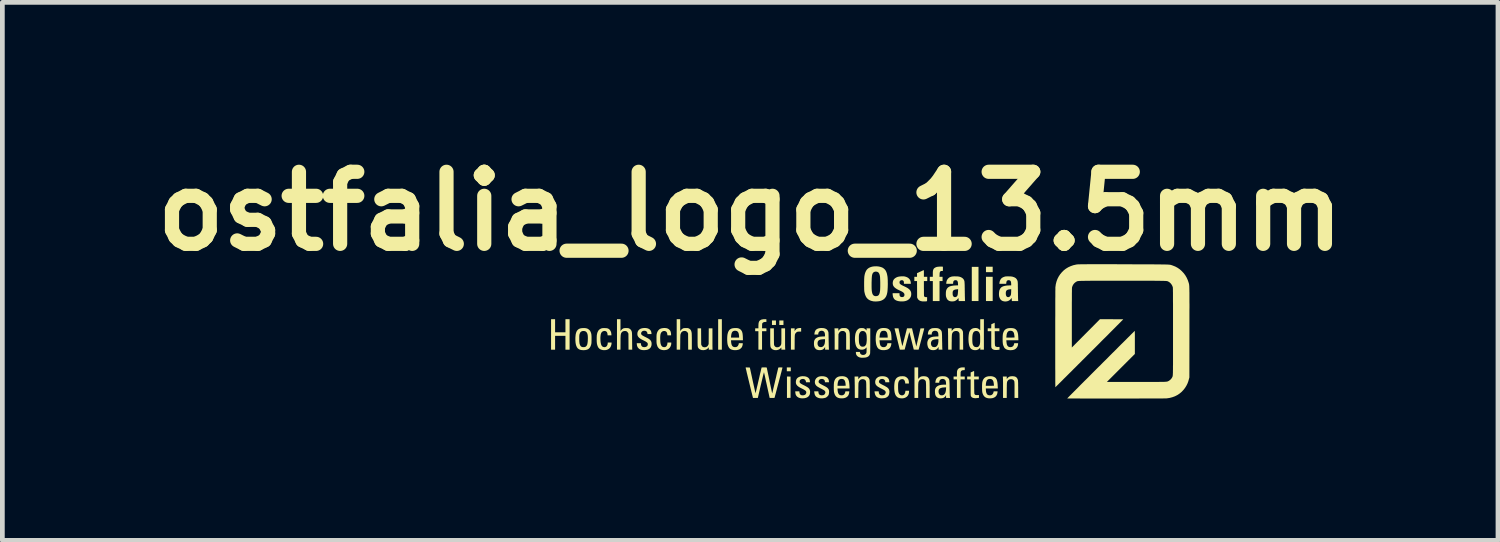
<source format=kicad_pcb>
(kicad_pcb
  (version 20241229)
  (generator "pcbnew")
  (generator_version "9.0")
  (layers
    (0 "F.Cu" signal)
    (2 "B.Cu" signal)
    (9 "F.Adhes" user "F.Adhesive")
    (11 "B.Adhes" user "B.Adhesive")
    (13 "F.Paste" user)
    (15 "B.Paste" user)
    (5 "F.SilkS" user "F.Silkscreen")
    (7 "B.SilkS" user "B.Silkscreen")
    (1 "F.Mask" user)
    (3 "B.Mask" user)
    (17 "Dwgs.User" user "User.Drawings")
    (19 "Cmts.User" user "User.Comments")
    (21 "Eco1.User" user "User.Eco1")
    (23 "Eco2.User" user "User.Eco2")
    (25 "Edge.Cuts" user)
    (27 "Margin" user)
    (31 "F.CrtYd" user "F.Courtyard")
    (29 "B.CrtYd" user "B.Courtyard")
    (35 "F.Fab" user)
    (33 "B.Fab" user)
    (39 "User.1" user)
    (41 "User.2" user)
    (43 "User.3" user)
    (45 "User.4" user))
  (footprint "ostfalia_logo_13.5mm"
    (layer "F.Cu")
    (at 15.356 3.958)
    (property "Reference" "ostfalia_logo_13.5mm" (at -2.54 -2.54 0) (layer "F.SilkS") (effects (font (size 1.524 1.524) (thickness 0.3))))
    (attr board_only exclude_from_pos_files exclude_from_bom)
    (fp_poly (pts (xy -3.139 0.388) (xy -3.217 0.388) (xy -3.217 -0.257) (xy -3.139 -0.257)) (stroke (width 0) (type solid)) (fill yes) (layer "F.SilkS"))
    (fp_poly (pts (xy -1.995 -0.135) (xy -2.079 -0.135) (xy -2.079 -0.23) (xy -1.995 -0.23)) (stroke (width 0) (type solid)) (fill yes) (layer "F.SilkS"))
    (fp_poly (pts (xy -1.836 -0.135) (xy -1.924 -0.135) (xy -1.924 -0.23) (xy -1.836 -0.23)) (stroke (width 0) (type solid)) (fill yes) (layer "F.SilkS"))
    (fp_poly (pts (xy -1.681 0.844) (xy -1.765 0.844) (xy -1.765 0.763) (xy -1.681 0.763)) (stroke (width 0) (type solid)) (fill yes) (layer "F.SilkS"))
    (fp_poly (pts (xy 2.289 -0.641) (xy 2.147 -0.641) (xy 2.147 -1.364) (xy 2.289 -1.364)) (stroke (width 0) (type solid)) (fill yes) (layer "F.SilkS"))
    (fp_poly (pts (xy 2.589 -1.252) (xy 2.447 -1.252) (xy 2.447 -1.367) (xy 2.589 -1.367)) (stroke (width 0) (type solid)) (fill yes) (layer "F.SilkS"))
    (fp_poly (pts (xy 2.589 -0.641) (xy 2.447 -0.641) (xy 2.447 -1.154) (xy 2.589 -1.154)) (stroke (width 0) (type solid)) (fill yes) (layer "F.SilkS"))
    (fp_poly (pts (xy -1.724 0.956) (xy -1.686 0.957) (xy -1.686 1.406) (xy -1.724 1.407) (xy -1.762 1.408) (xy -1.762 0.955)) (stroke (width 0) (type solid)) (fill yes) (layer "F.SilkS"))
    (fp_poly (pts (xy -6.666 0.02) (xy -6.447 0.02) (xy -6.447 -0.257) (xy -6.359 -0.257) (xy -6.359 0.388) (xy -6.447 0.388) (xy -6.447 0.095) (xy -6.666 0.095) (xy -6.666 0.388) (xy -6.751 0.388) (xy -6.751 -0.257) (xy -6.666 -0.257)) (stroke (width 0) (type solid)) (fill yes) (layer "F.SilkS"))
    (fp_poly (pts (xy -1.462 0.005) (xy -1.498 0.005) (xy -1.52 0.006) (xy -1.537 0.008) (xy -1.55 0.013) (xy -1.562 0.021) (xy -1.573 0.033) (xy -1.574 0.034) (xy -1.579 0.04) (xy -1.584 0.046) (xy -1.588 0.052) (xy -1.591 0.059) (xy -1.593 0.067) (xy -1.595 0.077) (xy -1.596 0.09) (xy -1.597 0.107) (xy -1.598 0.127) (xy -1.598 0.152) (xy -1.599 0.182) (xy -1.599 0.218) (xy -1.599 0.234) (xy -1.6 0.388) (xy -1.678 0.388) (xy -1.678 -0.064) (xy -1.6 -0.064) (xy -1.6 -0.002) (xy -1.587 -0.023) (xy -1.578 -0.035) (xy -1.568 -0.045) (xy -1.56 -0.052) (xy -1.543 -0.061) (xy -1.521 -0.067) (xy -1.498 -0.07) (xy -1.484 -0.071) (xy -1.462 -0.071)) (stroke (width 0) (type solid)) (fill yes) (layer "F.SilkS"))
    (fp_poly (pts (xy -2.217 -0.257) (xy -2.197 -0.256) (xy -2.197 -0.199) (xy -2.22 -0.199) (xy -2.243 -0.197) (xy -2.262 -0.19) (xy -2.276 -0.179) (xy -2.28 -0.174) (xy -2.283 -0.17) (xy -2.285 -0.165) (xy -2.286 -0.157) (xy -2.287 -0.146) (xy -2.288 -0.13) (xy -2.288 -0.115) (xy -2.289 -0.064) (xy -2.197 -0.064) (xy -2.197 -0.003) (xy -2.289 -0.003) (xy -2.289 0.388) (xy -2.366 0.388) (xy -2.366 -0.003) (xy -2.434 -0.003) (xy -2.434 -0.064) (xy -2.366 -0.064) (xy -2.366 -0.105) (xy -2.365 -0.139) (xy -2.363 -0.167) (xy -2.358 -0.19) (xy -2.351 -0.209) (xy -2.341 -0.223) (xy -2.328 -0.235) (xy -2.312 -0.244) (xy -2.308 -0.246) (xy -2.294 -0.251) (xy -2.275 -0.254) (xy -2.254 -0.257) (xy -2.232 -0.257)) (stroke (width 0) (type solid)) (fill yes) (layer "F.SilkS"))
    (fp_poly (pts (xy 1.979 0.762) (xy 1.981 0.762) (xy 1.998 0.763) (xy 1.998 0.819) (xy 1.972 0.821) (xy 1.952 0.823) (xy 1.937 0.828) (xy 1.926 0.836) (xy 1.918 0.847) (xy 1.918 0.847) (xy 1.915 0.853) (xy 1.913 0.86) (xy 1.911 0.868) (xy 1.911 0.879) (xy 1.911 0.895) (xy 1.91 0.908) (xy 1.91 0.955) (xy 1.998 0.955) (xy 1.998 1.016) (xy 1.91 1.016) (xy 1.91 1.408) (xy 1.833 1.408) (xy 1.833 1.016) (xy 1.762 1.016) (xy 1.762 0.955) (xy 1.833 0.955) (xy 1.833 0.905) (xy 1.833 0.885) (xy 1.834 0.867) (xy 1.835 0.851) (xy 1.836 0.84) (xy 1.837 0.837) (xy 1.845 0.814) (xy 1.858 0.795) (xy 1.877 0.78) (xy 1.9 0.77) (xy 1.927 0.764) (xy 1.935 0.763) (xy 1.95 0.762) (xy 1.966 0.762)) (stroke (width 0) (type solid)) (fill yes) (layer "F.SilkS"))
    (fp_poly (pts (xy 1.504 -1.37) (xy 1.517 -1.369) (xy 1.536 -1.367) (xy 1.536 -1.322) (xy 1.536 -1.278) (xy 1.516 -1.277) (xy 1.501 -1.276) (xy 1.491 -1.273) (xy 1.486 -1.27) (xy 1.479 -1.264) (xy 1.474 -1.257) (xy 1.47 -1.247) (xy 1.468 -1.234) (xy 1.466 -1.217) (xy 1.466 -1.199) (xy 1.464 -1.154) (xy 1.529 -1.154) (xy 1.529 -1.063) (xy 1.465 -1.063) (xy 1.465 -0.641) (xy 1.323 -0.641) (xy 1.323 -1.063) (xy 1.259 -1.063) (xy 1.259 -1.154) (xy 1.323 -1.154) (xy 1.323 -1.215) (xy 1.323 -1.242) (xy 1.324 -1.264) (xy 1.326 -1.282) (xy 1.33 -1.296) (xy 1.334 -1.308) (xy 1.34 -1.32) (xy 1.343 -1.325) (xy 1.356 -1.338) (xy 1.375 -1.35) (xy 1.397 -1.359) (xy 1.405 -1.362) (xy 1.421 -1.365) (xy 1.441 -1.367) (xy 1.463 -1.369) (xy 1.485 -1.37)) (stroke (width 0) (type solid)) (fill yes) (layer "F.SilkS"))
    (fp_poly (pts (xy 2.633 -0.064) (xy 2.731 -0.064) (xy 2.731 -0.003) (xy 2.632 -0.003) (xy 2.634 0.146) (xy 2.634 0.184) (xy 2.634 0.215) (xy 2.634 0.241) (xy 2.635 0.262) (xy 2.636 0.279) (xy 2.637 0.292) (xy 2.639 0.302) (xy 2.642 0.309) (xy 2.645 0.314) (xy 2.649 0.318) (xy 2.653 0.321) (xy 2.659 0.323) (xy 2.662 0.325) (xy 2.672 0.328) (xy 2.682 0.33) (xy 2.694 0.331) (xy 2.706 0.33) (xy 2.734 0.329) (xy 2.734 0.387) (xy 2.702 0.391) (xy 2.675 0.394) (xy 2.653 0.394) (xy 2.634 0.393) (xy 2.624 0.391) (xy 2.601 0.384) (xy 2.582 0.373) (xy 2.569 0.357) (xy 2.565 0.349) (xy 2.564 0.346) (xy 2.562 0.342) (xy 2.561 0.337) (xy 2.561 0.329) (xy 2.56 0.32) (xy 2.559 0.307) (xy 2.559 0.291) (xy 2.559 0.271) (xy 2.559 0.246) (xy 2.559 0.215) (xy 2.559 0.179) (xy 2.559 0.166) (xy 2.559 -0.003) (xy 2.484 -0.003) (xy 2.484 -0.064) (xy 2.558 -0.064) (xy 2.559 -0.107) (xy 2.56 -0.15) (xy 2.596 -0.166) (xy 2.631 -0.182)) (stroke (width 0) (type solid)) (fill yes) (layer "F.SilkS"))
    (fp_poly (pts (xy -3.577 0.107) (xy -3.576 0.278) (xy -3.567 0.298) (xy -3.556 0.316) (xy -3.542 0.328) (xy -3.525 0.334) (xy -3.507 0.337) (xy -3.483 0.335) (xy -3.462 0.327) (xy -3.444 0.314) (xy -3.43 0.295) (xy -3.426 0.286) (xy -3.418 0.268) (xy -3.417 0.102) (xy -3.416 -0.064) (xy -3.338 -0.064) (xy -3.338 0.146) (xy -3.338 0.184) (xy -3.338 0.22) (xy -3.338 0.253) (xy -3.338 0.284) (xy -3.338 0.311) (xy -3.337 0.334) (xy -3.337 0.353) (xy -3.337 0.365) (xy -3.336 0.372) (xy -3.336 0.373) (xy -3.334 0.388) (xy -3.416 0.388) (xy -3.416 0.336) (xy -3.425 0.348) (xy -3.445 0.369) (xy -3.468 0.384) (xy -3.495 0.393) (xy -3.525 0.398) (xy -3.556 0.396) (xy -3.568 0.395) (xy -3.588 0.388) (xy -3.607 0.379) (xy -3.624 0.366) (xy -3.631 0.358) (xy -3.635 0.353) (xy -3.639 0.347) (xy -3.642 0.341) (xy -3.645 0.335) (xy -3.647 0.327) (xy -3.648 0.317) (xy -3.65 0.304) (xy -3.651 0.288) (xy -3.651 0.269) (xy -3.652 0.246) (xy -3.652 0.218) (xy -3.652 0.184) (xy -3.652 0.144) (xy -3.652 0.123) (xy -3.652 -0.064) (xy -3.578 -0.064)) (stroke (width 0) (type solid)) (fill yes) (layer "F.SilkS"))
    (fp_poly (pts (xy 1.131 -1.294) (xy 1.132 -1.29) (xy 1.133 -1.282) (xy 1.134 -1.269) (xy 1.134 -1.25) (xy 1.134 -1.226) (xy 1.134 -1.154) (xy 1.205 -1.154) (xy 1.205 -1.063) (xy 1.134 -1.063) (xy 1.134 -0.909) (xy 1.135 -0.877) (xy 1.135 -0.847) (xy 1.135 -0.819) (xy 1.135 -0.795) (xy 1.136 -0.775) (xy 1.136 -0.76) (xy 1.137 -0.75) (xy 1.137 -0.746) (xy 1.144 -0.735) (xy 1.155 -0.728) (xy 1.173 -0.724) (xy 1.18 -0.724) (xy 1.202 -0.724) (xy 1.202 -0.681) (xy 1.202 -0.664) (xy 1.201 -0.652) (xy 1.201 -0.644) (xy 1.199 -0.64) (xy 1.197 -0.638) (xy 1.194 -0.637) (xy 1.184 -0.635) (xy 1.17 -0.634) (xy 1.152 -0.633) (xy 1.134 -0.633) (xy 1.116 -0.633) (xy 1.102 -0.634) (xy 1.095 -0.635) (xy 1.065 -0.641) (xy 1.041 -0.652) (xy 1.021 -0.667) (xy 1.006 -0.686) (xy 1.001 -0.696) (xy 0.991 -0.717) (xy 0.99 -0.89) (xy 0.989 -1.063) (xy 0.932 -1.063) (xy 0.932 -1.154) (xy 0.989 -1.154) (xy 0.989 -1.231) (xy 1.057 -1.262) (xy 1.077 -1.271) (xy 1.096 -1.28) (xy 1.111 -1.287) (xy 1.122 -1.292) (xy 1.129 -1.295) (xy 1.13 -1.295)) (stroke (width 0) (type solid)) (fill yes) (layer "F.SilkS"))
    (fp_poly (pts (xy -5.283 -0.006) (xy -5.27 -0.023) (xy -5.257 -0.038) (xy -5.245 -0.049) (xy -5.23 -0.058) (xy -5.223 -0.062) (xy -5.215 -0.065) (xy -5.207 -0.067) (xy -5.197 -0.068) (xy -5.185 -0.069) (xy -5.167 -0.069) (xy -5.163 -0.069) (xy -5.138 -0.069) (xy -5.12 -0.067) (xy -5.109 -0.065) (xy -5.107 -0.064) (xy -5.084 -0.052) (xy -5.066 -0.035) (xy -5.052 -0.014) (xy -5.044 0.008) (xy -5.043 0.014) (xy -5.042 0.02) (xy -5.041 0.028) (xy -5.04 0.038) (xy -5.039 0.051) (xy -5.039 0.067) (xy -5.038 0.087) (xy -5.038 0.112) (xy -5.038 0.142) (xy -5.037 0.178) (xy -5.037 0.208) (xy -5.035 0.388) (xy -5.113 0.388) (xy -5.115 0.048) (xy -5.126 0.029) (xy -5.137 0.012) (xy -5.152 -0.000015) (xy -5.17 -0.006) (xy -5.189 -0.008) (xy -5.214 -0.005) (xy -5.236 0.003) (xy -5.253 0.016) (xy -5.266 0.035) (xy -5.266 0.035) (xy -5.27 0.043) (xy -5.273 0.051) (xy -5.275 0.061) (xy -5.277 0.073) (xy -5.279 0.088) (xy -5.28 0.106) (xy -5.281 0.128) (xy -5.282 0.154) (xy -5.282 0.185) (xy -5.282 0.222) (xy -5.282 0.244) (xy -5.283 0.388) (xy -5.357 0.388) (xy -5.357 -0.257) (xy -5.283 -0.257)) (stroke (width 0) (type solid)) (fill yes) (layer "F.SilkS"))
    (fp_poly (pts (xy -4.02 -0.006) (xy -4.01 -0.019) (xy -3.991 -0.041) (xy -3.971 -0.056) (xy -3.961 -0.061) (xy -3.953 -0.065) (xy -3.946 -0.067) (xy -3.937 -0.068) (xy -3.925 -0.069) (xy -3.908 -0.069) (xy -3.899 -0.069) (xy -3.88 -0.069) (xy -3.866 -0.069) (xy -3.857 -0.068) (xy -3.849 -0.066) (xy -3.841 -0.063) (xy -3.834 -0.06) (xy -3.815 -0.048) (xy -3.8 -0.032) (xy -3.789 -0.011) (xy -3.781 0.014) (xy -3.777 0.04) (xy -3.776 0.049) (xy -3.776 0.064) (xy -3.775 0.085) (xy -3.775 0.11) (xy -3.774 0.138) (xy -3.774 0.169) (xy -3.774 0.201) (xy -3.774 0.229) (xy -3.774 0.388) (xy -3.851 0.388) (xy -3.852 0.217) (xy -3.853 0.046) (xy -3.861 0.029) (xy -3.873 0.013) (xy -3.889 0.001) (xy -3.908 -0.007) (xy -3.93 -0.009) (xy -3.946 -0.007) (xy -3.968 -0.000136) (xy -3.985 0.011) (xy -3.998 0.026) (xy -4.008 0.047) (xy -4.011 0.054) (xy -4.013 0.059) (xy -4.014 0.065) (xy -4.015 0.071) (xy -4.016 0.078) (xy -4.017 0.088) (xy -4.017 0.1) (xy -4.018 0.115) (xy -4.018 0.135) (xy -4.019 0.158) (xy -4.019 0.188) (xy -4.019 0.223) (xy -4.019 0.232) (xy -4.021 0.388) (xy -4.094 0.388) (xy -4.094 -0.257) (xy -4.02 -0.257)) (stroke (width 0) (type solid)) (fill yes) (layer "F.SilkS"))
    (fp_poly (pts (xy 2.196 0.84) (xy 2.196 0.849) (xy 2.197 0.862) (xy 2.197 0.879) (xy 2.197 0.896) (xy 2.197 0.955) (xy 2.295 0.955) (xy 2.295 1.016) (xy 2.197 1.016) (xy 2.198 1.167) (xy 2.198 1.203) (xy 2.199 1.233) (xy 2.199 1.258) (xy 2.199 1.278) (xy 2.2 1.293) (xy 2.2 1.304) (xy 2.201 1.313) (xy 2.202 1.319) (xy 2.203 1.323) (xy 2.204 1.326) (xy 2.205 1.327) (xy 2.212 1.336) (xy 2.22 1.342) (xy 2.23 1.346) (xy 2.244 1.348) (xy 2.263 1.348) (xy 2.264 1.348) (xy 2.299 1.348) (xy 2.299 1.406) (xy 2.267 1.41) (xy 2.239 1.413) (xy 2.217 1.414) (xy 2.198 1.412) (xy 2.181 1.409) (xy 2.16 1.402) (xy 2.143 1.39) (xy 2.131 1.374) (xy 2.13 1.373) (xy 2.129 1.369) (xy 2.127 1.366) (xy 2.126 1.361) (xy 2.125 1.356) (xy 2.125 1.348) (xy 2.124 1.338) (xy 2.124 1.324) (xy 2.123 1.307) (xy 2.123 1.286) (xy 2.123 1.259) (xy 2.123 1.227) (xy 2.123 1.189) (xy 2.123 1.016) (xy 2.049 1.016) (xy 2.049 0.955) (xy 2.123 0.955) (xy 2.123 0.912) (xy 2.123 0.869) (xy 2.158 0.854) (xy 2.172 0.848) (xy 2.183 0.843) (xy 2.192 0.839) (xy 2.195 0.838)) (stroke (width 0) (type solid)) (fill yes) (layer "F.SilkS"))
    (fp_poly (pts (xy -0.538 -0.069) (xy -0.525 -0.069) (xy -0.515 -0.068) (xy -0.507 -0.066) (xy -0.5 -0.063) (xy -0.492 -0.06) (xy -0.474 -0.048) (xy -0.459 -0.033) (xy -0.448 -0.013) (xy -0.44 0.011) (xy -0.436 0.038) (xy -0.435 0.047) (xy -0.434 0.063) (xy -0.434 0.083) (xy -0.433 0.108) (xy -0.433 0.137) (xy -0.432 0.169) (xy -0.432 0.203) (xy -0.432 0.227) (xy -0.432 0.388) (xy -0.51 0.388) (xy -0.51 0.222) (xy -0.51 0.183) (xy -0.51 0.148) (xy -0.51 0.117) (xy -0.511 0.091) (xy -0.511 0.07) (xy -0.512 0.055) (xy -0.513 0.046) (xy -0.513 0.043) (xy -0.522 0.024) (xy -0.536 0.008) (xy -0.547 0.000282) (xy -0.557 -0.004) (xy -0.568 -0.007) (xy -0.582 -0.008) (xy -0.585 -0.008) (xy -0.609 -0.006) (xy -0.628 0.001) (xy -0.644 0.012) (xy -0.657 0.029) (xy -0.663 0.04) (xy -0.673 0.062) (xy -0.674 0.225) (xy -0.675 0.388) (xy -0.753 0.388) (xy -0.753 0.198) (xy -0.753 0.161) (xy -0.753 0.126) (xy -0.753 0.092) (xy -0.753 0.061) (xy -0.754 0.033) (xy -0.754 0.009) (xy -0.754 -0.01) (xy -0.755 -0.023) (xy -0.755 -0.028) (xy -0.757 -0.064) (xy -0.675 -0.064) (xy -0.675 -0.009) (xy -0.665 -0.022) (xy -0.646 -0.044) (xy -0.623 -0.06) (xy -0.618 -0.062) (xy -0.61 -0.065) (xy -0.603 -0.067) (xy -0.593 -0.068) (xy -0.58 -0.069) (xy -0.562 -0.069) (xy -0.557 -0.069)) (stroke (width 0) (type solid)) (fill yes) (layer "F.SilkS"))
    (fp_poly (pts (xy -2.038 0.111) (xy -2.038 0.149) (xy -2.038 0.182) (xy -2.037 0.209) (xy -2.037 0.231) (xy -2.037 0.249) (xy -2.036 0.263) (xy -2.036 0.273) (xy -2.035 0.281) (xy -2.034 0.287) (xy -2.033 0.291) (xy -2.032 0.295) (xy -2.03 0.298) (xy -2.03 0.299) (xy -2.018 0.317) (xy -2.003 0.329) (xy -1.985 0.336) (xy -1.965 0.337) (xy -1.942 0.334) (xy -1.922 0.325) (xy -1.905 0.31) (xy -1.891 0.291) (xy -1.887 0.281) (xy -1.885 0.277) (xy -1.884 0.272) (xy -1.883 0.266) (xy -1.882 0.259) (xy -1.881 0.25) (xy -1.881 0.238) (xy -1.881 0.222) (xy -1.88 0.203) (xy -1.88 0.178) (xy -1.88 0.149) (xy -1.88 0.114) (xy -1.88 0.099) (xy -1.88 -0.064) (xy -1.802 -0.064) (xy -1.802 0.131) (xy -1.802 0.168) (xy -1.802 0.203) (xy -1.802 0.237) (xy -1.802 0.268) (xy -1.802 0.296) (xy -1.801 0.32) (xy -1.801 0.338) (xy -1.801 0.352) (xy -1.8 0.357) (xy -1.798 0.388) (xy -1.88 0.388) (xy -1.88 0.341) (xy -1.898 0.359) (xy -1.921 0.378) (xy -1.948 0.39) (xy -1.977 0.397) (xy -2.008 0.398) (xy -2.031 0.395) (xy -2.054 0.387) (xy -2.075 0.376) (xy -2.092 0.36) (xy -2.103 0.345) (xy -2.106 0.338) (xy -2.108 0.332) (xy -2.11 0.325) (xy -2.112 0.316) (xy -2.113 0.305) (xy -2.114 0.292) (xy -2.115 0.275) (xy -2.116 0.255) (xy -2.116 0.23) (xy -2.116 0.201) (xy -2.116 0.166) (xy -2.116 0.125) (xy -2.116 -0.064) (xy -2.039 -0.064)) (stroke (width 0) (type solid)) (fill yes) (layer "F.SilkS"))
    (fp_poly (pts (xy 3.014 0.949) (xy 3.043 0.952) (xy 3.066 0.958) (xy 3.085 0.969) (xy 3.1 0.983) (xy 3.112 1.003) (xy 3.122 1.028) (xy 3.123 1.033) (xy 3.124 1.039) (xy 3.125 1.048) (xy 3.125 1.06) (xy 3.126 1.075) (xy 3.127 1.094) (xy 3.127 1.118) (xy 3.127 1.147) (xy 3.128 1.181) (xy 3.128 1.221) (xy 3.128 1.226) (xy 3.129 1.408) (xy 3.051 1.408) (xy 3.051 1.241) (xy 3.051 1.196) (xy 3.051 1.157) (xy 3.051 1.125) (xy 3.05 1.099) (xy 3.049 1.08) (xy 3.048 1.067) (xy 3.048 1.062) (xy 3.039 1.042) (xy 3.026 1.027) (xy 3.008 1.017) (xy 2.986 1.012) (xy 2.975 1.012) (xy 2.951 1.014) (xy 2.932 1.021) (xy 2.916 1.033) (xy 2.907 1.044) (xy 2.903 1.051) (xy 2.899 1.057) (xy 2.896 1.063) (xy 2.894 1.069) (xy 2.892 1.078) (xy 2.891 1.088) (xy 2.889 1.101) (xy 2.889 1.117) (xy 2.888 1.137) (xy 2.888 1.162) (xy 2.887 1.192) (xy 2.887 1.228) (xy 2.887 1.246) (xy 2.886 1.408) (xy 2.808 1.408) (xy 2.808 1.214) (xy 2.808 1.178) (xy 2.808 1.142) (xy 2.808 1.108) (xy 2.808 1.077) (xy 2.807 1.049) (xy 2.807 1.026) (xy 2.807 1.007) (xy 2.806 0.993) (xy 2.806 0.988) (xy 2.804 0.955) (xy 2.886 0.955) (xy 2.886 0.983) (xy 2.886 0.997) (xy 2.887 1.004) (xy 2.888 1.007) (xy 2.89 1.006) (xy 2.892 1.002) (xy 2.897 0.996) (xy 2.906 0.986) (xy 2.913 0.978) (xy 2.93 0.965) (xy 2.948 0.956) (xy 2.97 0.951) (xy 2.997 0.949)) (stroke (width 0) (type solid)) (fill yes) (layer "F.SilkS"))
    (fp_poly (pts (xy 1.013 0.887) (xy 1.013 0.919) (xy 1.013 0.945) (xy 1.013 0.965) (xy 1.013 0.981) (xy 1.014 0.992) (xy 1.014 0.999) (xy 1.015 1.003) (xy 1.016 1.005) (xy 1.017 1.004) (xy 1.019 1.002) (xy 1.024 0.996) (xy 1.032 0.986) (xy 1.04 0.978) (xy 1.056 0.965) (xy 1.074 0.956) (xy 1.096 0.951) (xy 1.122 0.949) (xy 1.14 0.949) (xy 1.168 0.952) (xy 1.19 0.957) (xy 1.209 0.966) (xy 1.224 0.979) (xy 1.237 0.996) (xy 1.237 0.998) (xy 1.241 1.005) (xy 1.244 1.012) (xy 1.247 1.019) (xy 1.249 1.028) (xy 1.251 1.039) (xy 1.253 1.053) (xy 1.254 1.069) (xy 1.254 1.089) (xy 1.255 1.114) (xy 1.255 1.143) (xy 1.256 1.177) (xy 1.256 1.218) (xy 1.256 1.233) (xy 1.256 1.408) (xy 1.182 1.408) (xy 1.181 1.24) (xy 1.18 1.2) (xy 1.18 1.167) (xy 1.18 1.139) (xy 1.179 1.116) (xy 1.178 1.098) (xy 1.177 1.083) (xy 1.176 1.072) (xy 1.175 1.063) (xy 1.173 1.056) (xy 1.171 1.05) (xy 1.168 1.045) (xy 1.164 1.04) (xy 1.162 1.037) (xy 1.149 1.024) (xy 1.131 1.015) (xy 1.109 1.012) (xy 1.101 1.012) (xy 1.078 1.014) (xy 1.058 1.021) (xy 1.042 1.033) (xy 1.034 1.044) (xy 1.029 1.051) (xy 1.025 1.059) (xy 1.022 1.067) (xy 1.019 1.076) (xy 1.017 1.087) (xy 1.016 1.101) (xy 1.014 1.118) (xy 1.014 1.139) (xy 1.013 1.165) (xy 1.013 1.195) (xy 1.013 1.231) (xy 1.013 1.257) (xy 1.013 1.408) (xy 0.935 1.408) (xy 0.935 0.763) (xy 1.013 0.763)) (stroke (width 0) (type solid)) (fill yes) (layer "F.SilkS"))
    (fp_poly (pts (xy -5.618 -0.069) (xy -5.592 -0.068) (xy -5.571 -0.066) (xy -5.554 -0.062) (xy -5.54 -0.056) (xy -5.526 -0.048) (xy -5.518 -0.041) (xy -5.502 -0.022) (xy -5.489 0.001) (xy -5.48 0.027) (xy -5.476 0.055) (xy -5.475 0.068) (xy -5.475 0.084) (xy -5.555 0.084) (xy -5.557 0.062) (xy -5.561 0.038) (xy -5.569 0.018) (xy -5.582 0.004) (xy -5.598 -0.005) (xy -5.617 -0.009) (xy -5.635 -0.007) (xy -5.654 -0.001) (xy -5.671 0.009) (xy -5.684 0.024) (xy -5.694 0.043) (xy -5.701 0.066) (xy -5.705 0.096) (xy -5.708 0.131) (xy -5.708 0.147) (xy -5.707 0.19) (xy -5.704 0.227) (xy -5.698 0.258) (xy -5.691 0.283) (xy -5.681 0.303) (xy -5.668 0.318) (xy -5.653 0.328) (xy -5.649 0.329) (xy -5.628 0.334) (xy -5.608 0.333) (xy -5.59 0.326) (xy -5.575 0.314) (xy -5.564 0.297) (xy -5.556 0.275) (xy -5.553 0.258) (xy -5.552 0.236) (xy -5.472 0.236) (xy -5.472 0.249) (xy -5.473 0.269) (xy -5.478 0.291) (xy -5.486 0.313) (xy -5.492 0.328) (xy -5.508 0.351) (xy -5.529 0.37) (xy -5.554 0.384) (xy -5.583 0.394) (xy -5.614 0.398) (xy -5.649 0.397) (xy -5.662 0.395) (xy -5.691 0.387) (xy -5.716 0.376) (xy -5.737 0.359) (xy -5.754 0.338) (xy -5.767 0.311) (xy -5.777 0.279) (xy -5.781 0.259) (xy -5.783 0.241) (xy -5.785 0.218) (xy -5.786 0.192) (xy -5.786 0.164) (xy -5.786 0.136) (xy -5.785 0.109) (xy -5.784 0.086) (xy -5.781 0.068) (xy -5.781 0.066) (xy -5.773 0.031) (xy -5.761 0.003) (xy -5.747 -0.021) (xy -5.728 -0.04) (xy -5.706 -0.054) (xy -5.688 -0.062) (xy -5.678 -0.065) (xy -5.668 -0.067) (xy -5.657 -0.068) (xy -5.643 -0.069) (xy -5.624 -0.069)) (stroke (width 0) (type solid)) (fill yes) (layer "F.SilkS"))
    (fp_poly (pts (xy 1.862 -0.069) (xy 1.875 -0.069) (xy 1.885 -0.068) (xy 1.893 -0.066) (xy 1.9 -0.063) (xy 1.908 -0.06) (xy 1.928 -0.046) (xy 1.944 -0.027) (xy 1.956 -0.003) (xy 1.957 -0.002) (xy 1.958 0.002) (xy 1.959 0.007) (xy 1.96 0.013) (xy 1.961 0.021) (xy 1.961 0.031) (xy 1.962 0.045) (xy 1.962 0.061) (xy 1.963 0.082) (xy 1.963 0.108) (xy 1.963 0.138) (xy 1.964 0.175) (xy 1.964 0.202) (xy 1.965 0.388) (xy 1.89 0.388) (xy 1.89 0.225) (xy 1.89 0.187) (xy 1.89 0.152) (xy 1.889 0.121) (xy 1.889 0.095) (xy 1.888 0.074) (xy 1.888 0.058) (xy 1.887 0.049) (xy 1.887 0.047) (xy 1.879 0.026) (xy 1.867 0.01) (xy 1.85 -0.001) (xy 1.829 -0.007) (xy 1.813 -0.008) (xy 1.788 -0.005) (xy 1.767 0.003) (xy 1.75 0.016) (xy 1.739 0.032) (xy 1.736 0.039) (xy 1.733 0.046) (xy 1.73 0.053) (xy 1.728 0.061) (xy 1.727 0.071) (xy 1.726 0.084) (xy 1.725 0.1) (xy 1.724 0.119) (xy 1.723 0.143) (xy 1.723 0.171) (xy 1.723 0.206) (xy 1.722 0.232) (xy 1.721 0.388) (xy 1.648 0.388) (xy 1.646 0.17) (xy 1.646 0.132) (xy 1.646 0.096) (xy 1.645 0.062) (xy 1.645 0.031) (xy 1.644 0.004) (xy 1.644 -0.019) (xy 1.643 -0.037) (xy 1.643 -0.049) (xy 1.642 -0.056) (xy 1.642 -0.057) (xy 1.64 -0.064) (xy 1.721 -0.064) (xy 1.722 -0.035) (xy 1.722 -0.021) (xy 1.722 -0.012) (xy 1.723 -0.009) (xy 1.725 -0.01) (xy 1.727 -0.013) (xy 1.728 -0.014) (xy 1.741 -0.03) (xy 1.756 -0.045) (xy 1.771 -0.057) (xy 1.78 -0.061) (xy 1.788 -0.065) (xy 1.796 -0.067) (xy 1.805 -0.068) (xy 1.817 -0.069) (xy 1.833 -0.069) (xy 1.843 -0.069)) (stroke (width 0) (type solid)) (fill yes) (layer "F.SilkS"))
    (fp_poly (pts (xy 2.403 0.388) (xy 2.326 0.388) (xy 2.326 0.34) (xy 2.315 0.355) (xy 2.296 0.374) (xy 2.274 0.387) (xy 2.249 0.396) (xy 2.221 0.398) (xy 2.191 0.396) (xy 2.182 0.394) (xy 2.158 0.385) (xy 2.137 0.373) (xy 2.12 0.356) (xy 2.106 0.334) (xy 2.095 0.307) (xy 2.087 0.274) (xy 2.081 0.236) (xy 2.079 0.213) (xy 2.077 0.178) (xy 2.077 0.177) (xy 2.158 0.177) (xy 2.158 0.189) (xy 2.159 0.217) (xy 2.161 0.239) (xy 2.163 0.257) (xy 2.167 0.272) (xy 2.171 0.285) (xy 2.178 0.297) (xy 2.179 0.299) (xy 2.191 0.315) (xy 2.206 0.326) (xy 2.225 0.332) (xy 2.246 0.334) (xy 2.266 0.332) (xy 2.278 0.328) (xy 2.29 0.32) (xy 2.298 0.311) (xy 2.306 0.298) (xy 2.308 0.295) (xy 2.313 0.285) (xy 2.316 0.274) (xy 2.319 0.263) (xy 2.321 0.249) (xy 2.323 0.232) (xy 2.324 0.211) (xy 2.324 0.185) (xy 2.324 0.162) (xy 2.324 0.135) (xy 2.324 0.113) (xy 2.323 0.096) (xy 2.322 0.083) (xy 2.321 0.073) (xy 2.32 0.064) (xy 2.318 0.057) (xy 2.309 0.033) (xy 2.296 0.014) (xy 2.28 0.001) (xy 2.26 -0.006) (xy 2.243 -0.008) (xy 2.223 -0.006) (xy 2.206 -0.000332) (xy 2.191 0.01) (xy 2.18 0.024) (xy 2.171 0.044) (xy 2.164 0.069) (xy 2.16 0.099) (xy 2.158 0.135) (xy 2.158 0.177) (xy 2.077 0.177) (xy 2.077 0.142) (xy 2.079 0.107) (xy 2.082 0.075) (xy 2.087 0.045) (xy 2.092 0.021) (xy 2.096 0.01) (xy 2.11 -0.017) (xy 2.128 -0.038) (xy 2.15 -0.054) (xy 2.176 -0.065) (xy 2.206 -0.07) (xy 2.225 -0.071) (xy 2.252 -0.069) (xy 2.275 -0.062) (xy 2.295 -0.05) (xy 2.307 -0.04) (xy 2.326 -0.023) (xy 2.326 -0.257) (xy 2.403 -0.257)) (stroke (width 0) (type solid)) (fill yes) (layer "F.SilkS"))
    (fp_poly (pts (xy 0.685 0.949) (xy 0.703 0.95) (xy 0.716 0.951) (xy 0.726 0.953) (xy 0.735 0.956) (xy 0.746 0.961) (xy 0.746 0.961) (xy 0.771 0.976) (xy 0.79 0.995) (xy 0.805 1.018) (xy 0.813 1.046) (xy 0.817 1.077) (xy 0.817 1.081) (xy 0.817 1.104) (xy 0.74 1.104) (xy 0.738 1.083) (xy 0.735 1.067) (xy 0.73 1.052) (xy 0.727 1.044) (xy 0.716 1.027) (xy 0.702 1.016) (xy 0.684 1.011) (xy 0.663 1.012) (xy 0.658 1.013) (xy 0.638 1.019) (xy 0.622 1.03) (xy 0.609 1.046) (xy 0.604 1.054) (xy 0.598 1.068) (xy 0.594 1.082) (xy 0.591 1.097) (xy 0.589 1.115) (xy 0.588 1.137) (xy 0.588 1.164) (xy 0.588 1.189) (xy 0.589 1.222) (xy 0.591 1.248) (xy 0.593 1.27) (xy 0.597 1.288) (xy 0.602 1.303) (xy 0.608 1.315) (xy 0.612 1.322) (xy 0.626 1.338) (xy 0.643 1.348) (xy 0.661 1.353) (xy 0.68 1.353) (xy 0.698 1.348) (xy 0.714 1.337) (xy 0.725 1.325) (xy 0.73 1.315) (xy 0.736 1.3) (xy 0.74 1.284) (xy 0.742 1.27) (xy 0.743 1.265) (xy 0.743 1.256) (xy 0.82 1.256) (xy 0.82 1.275) (xy 0.817 1.306) (xy 0.808 1.335) (xy 0.794 1.36) (xy 0.775 1.381) (xy 0.751 1.397) (xy 0.724 1.409) (xy 0.694 1.416) (xy 0.67 1.417) (xy 0.655 1.417) (xy 0.639 1.415) (xy 0.628 1.414) (xy 0.601 1.407) (xy 0.577 1.395) (xy 0.557 1.378) (xy 0.54 1.357) (xy 0.527 1.33) (xy 0.517 1.298) (xy 0.511 1.26) (xy 0.507 1.217) (xy 0.507 1.167) (xy 0.507 1.16) (xy 0.509 1.124) (xy 0.512 1.094) (xy 0.516 1.069) (xy 0.522 1.047) (xy 0.53 1.028) (xy 0.53 1.027) (xy 0.544 1.002) (xy 0.563 0.982) (xy 0.585 0.967) (xy 0.612 0.956) (xy 0.643 0.95) (xy 0.679 0.949)) (stroke (width 0) (type solid)) (fill yes) (layer "F.SilkS"))
    (fp_poly (pts (xy -2.808 -0.068) (xy -2.784 -0.062) (xy -2.764 -0.053) (xy -2.746 -0.04) (xy -2.742 -0.037) (xy -2.729 -0.022) (xy -2.718 -0.006) (xy -2.71 0.014) (xy -2.703 0.037) (xy -2.699 0.065) (xy -2.696 0.098) (xy -2.695 0.126) (xy -2.693 0.189) (xy -2.945 0.189) (xy -2.944 0.212) (xy -2.941 0.246) (xy -2.935 0.274) (xy -2.926 0.297) (xy -2.914 0.314) (xy -2.899 0.325) (xy -2.88 0.332) (xy -2.86 0.334) (xy -2.839 0.332) (xy -2.823 0.327) (xy -2.809 0.317) (xy -2.807 0.315) (xy -2.798 0.304) (xy -2.79 0.289) (xy -2.784 0.275) (xy -2.781 0.262) (xy -2.781 0.261) (xy -2.781 0.25) (xy -2.697 0.25) (xy -2.697 0.262) (xy -2.698 0.278) (xy -2.702 0.297) (xy -2.708 0.315) (xy -2.714 0.33) (xy -2.715 0.333) (xy -2.727 0.348) (xy -2.742 0.363) (xy -2.758 0.375) (xy -2.77 0.382) (xy -2.794 0.39) (xy -2.823 0.396) (xy -2.853 0.398) (xy -2.883 0.397) (xy -2.909 0.393) (xy -2.936 0.385) (xy -2.96 0.373) (xy -2.979 0.356) (xy -2.994 0.335) (xy -3.007 0.308) (xy -3.017 0.276) (xy -3.018 0.268) (xy -3.022 0.246) (xy -3.024 0.22) (xy -3.026 0.191) (xy -3.026 0.16) (xy -3.026 0.132) (xy -2.945 0.132) (xy -2.774 0.132) (xy -2.775 0.099) (xy -2.779 0.066) (xy -2.785 0.039) (xy -2.795 0.018) (xy -2.808 0.003) (xy -2.824 -0.007) (xy -2.845 -0.012) (xy -2.868 -0.013) (xy -2.89 -0.008) (xy -2.907 0.001) (xy -2.921 0.015) (xy -2.922 0.017) (xy -2.928 0.029) (xy -2.934 0.046) (xy -2.939 0.067) (xy -2.942 0.088) (xy -2.944 0.107) (xy -2.945 0.132) (xy -3.026 0.132) (xy -3.025 0.129) (xy -3.024 0.1) (xy -3.021 0.075) (xy -3.018 0.057) (xy -3.009 0.024) (xy -2.997 -0.004) (xy -2.982 -0.027) (xy -2.963 -0.044) (xy -2.939 -0.057) (xy -2.911 -0.065) (xy -2.877 -0.069) (xy -2.868 -0.07) (xy -2.835 -0.07)) (stroke (width 0) (type solid)) (fill yes) (layer "F.SilkS"))
    (fp_poly (pts (xy -0.113 0.95) (xy -0.099 0.951) (xy -0.09 0.952) (xy -0.082 0.953) (xy -0.075 0.956) (xy -0.067 0.96) (xy -0.046 0.973) (xy -0.03 0.992) (xy -0.019 1.015) (xy -0.018 1.017) (xy -0.017 1.022) (xy -0.015 1.027) (xy -0.015 1.034) (xy -0.014 1.042) (xy -0.013 1.054) (xy -0.013 1.069) (xy -0.012 1.087) (xy -0.012 1.11) (xy -0.011 1.137) (xy -0.011 1.17) (xy -0.011 1.209) (xy -0.011 1.221) (xy -0.01 1.408) (xy -0.084 1.408) (xy -0.084 1.246) (xy -0.084 1.205) (xy -0.085 1.171) (xy -0.085 1.142) (xy -0.085 1.119) (xy -0.086 1.099) (xy -0.087 1.084) (xy -0.088 1.071) (xy -0.09 1.062) (xy -0.092 1.054) (xy -0.094 1.048) (xy -0.097 1.042) (xy -0.099 1.039) (xy -0.111 1.027) (xy -0.127 1.018) (xy -0.147 1.012) (xy -0.16 1.011) (xy -0.185 1.014) (xy -0.206 1.022) (xy -0.223 1.036) (xy -0.236 1.055) (xy -0.244 1.073) (xy -0.245 1.079) (xy -0.247 1.084) (xy -0.248 1.09) (xy -0.249 1.098) (xy -0.25 1.107) (xy -0.25 1.12) (xy -0.251 1.135) (xy -0.251 1.155) (xy -0.252 1.179) (xy -0.252 1.209) (xy -0.252 1.244) (xy -0.252 1.251) (xy -0.254 1.408) (xy -0.327 1.408) (xy -0.328 1.187) (xy -0.328 1.149) (xy -0.329 1.113) (xy -0.329 1.079) (xy -0.33 1.049) (xy -0.33 1.022) (xy -0.331 0.999) (xy -0.331 0.981) (xy -0.332 0.969) (xy -0.332 0.962) (xy -0.332 0.961) (xy -0.333 0.959) (xy -0.331 0.957) (xy -0.327 0.956) (xy -0.318 0.955) (xy -0.304 0.955) (xy -0.294 0.955) (xy -0.253 0.955) (xy -0.253 0.985) (xy -0.253 0.999) (xy -0.252 1.007) (xy -0.252 1.01) (xy -0.25 1.01) (xy -0.247 1.006) (xy -0.247 1.006) (xy -0.231 0.986) (xy -0.213 0.97) (xy -0.196 0.96) (xy -0.188 0.956) (xy -0.181 0.953) (xy -0.173 0.951) (xy -0.163 0.951) (xy -0.149 0.95) (xy -0.132 0.95)) (stroke (width 0) (type solid)) (fill yes) (layer "F.SilkS"))
    (fp_poly (pts (xy -4.323 -0.069) (xy -4.297 -0.064) (xy -4.274 -0.054) (xy -4.255 -0.041) (xy -4.247 -0.033) (xy -4.239 -0.023) (xy -4.231 -0.013) (xy -4.228 -0.007) (xy -4.222 0.007) (xy -4.218 0.025) (xy -4.214 0.044) (xy -4.213 0.062) (xy -4.213 0.065) (xy -4.213 0.084) (xy -4.289 0.084) (xy -4.292 0.067) (xy -4.295 0.047) (xy -4.299 0.032) (xy -4.305 0.02) (xy -4.312 0.01) (xy -4.327 -0.001) (xy -4.344 -0.007) (xy -4.363 -0.008) (xy -4.381 -0.005) (xy -4.399 0.003) (xy -4.414 0.016) (xy -4.423 0.028) (xy -4.43 0.041) (xy -4.435 0.056) (xy -4.439 0.074) (xy -4.441 0.095) (xy -4.443 0.12) (xy -4.443 0.152) (xy -4.443 0.152) (xy -4.442 0.192) (xy -4.44 0.227) (xy -4.436 0.255) (xy -4.429 0.279) (xy -4.421 0.298) (xy -4.411 0.312) (xy -4.399 0.323) (xy -4.387 0.329) (xy -4.372 0.333) (xy -4.354 0.334) (xy -4.338 0.332) (xy -4.335 0.331) (xy -4.319 0.321) (xy -4.306 0.306) (xy -4.297 0.287) (xy -4.291 0.265) (xy -4.291 0.259) (xy -4.289 0.236) (xy -4.209 0.236) (xy -4.209 0.254) (xy -4.21 0.268) (xy -4.212 0.284) (xy -4.214 0.291) (xy -4.225 0.321) (xy -4.241 0.346) (xy -4.261 0.366) (xy -4.285 0.382) (xy -4.313 0.392) (xy -4.345 0.397) (xy -4.38 0.397) (xy -4.401 0.394) (xy -4.43 0.386) (xy -4.456 0.373) (xy -4.477 0.354) (xy -4.495 0.33) (xy -4.498 0.324) (xy -4.503 0.313) (xy -4.508 0.297) (xy -4.513 0.281) (xy -4.514 0.278) (xy -4.516 0.268) (xy -4.518 0.258) (xy -4.519 0.248) (xy -4.52 0.237) (xy -4.521 0.222) (xy -4.521 0.204) (xy -4.521 0.181) (xy -4.521 0.162) (xy -4.521 0.132) (xy -4.521 0.108) (xy -4.52 0.089) (xy -4.519 0.072) (xy -4.517 0.058) (xy -4.514 0.045) (xy -4.51 0.032) (xy -4.505 0.017) (xy -4.503 0.013) (xy -4.493 -0.006) (xy -4.48 -0.024) (xy -4.464 -0.04) (xy -4.447 -0.052) (xy -4.445 -0.053) (xy -4.417 -0.063) (xy -4.384 -0.069) (xy -4.354 -0.071)) (stroke (width 0) (type solid)) (fill yes) (layer "F.SilkS"))
    (fp_poly (pts (xy -0.577 0.949) (xy -0.555 0.952) (xy -0.536 0.957) (xy -0.517 0.964) (xy -0.514 0.966) (xy -0.496 0.976) (xy -0.482 0.989) (xy -0.47 1.006) (xy -0.46 1.026) (xy -0.452 1.051) (xy -0.447 1.081) (xy -0.443 1.116) (xy -0.44 1.154) (xy -0.438 1.208) (xy -0.693 1.208) (xy -0.691 1.241) (xy -0.687 1.274) (xy -0.681 1.3) (xy -0.671 1.321) (xy -0.658 1.337) (xy -0.642 1.347) (xy -0.622 1.352) (xy -0.607 1.353) (xy -0.584 1.351) (xy -0.564 1.342) (xy -0.548 1.328) (xy -0.537 1.309) (xy -0.53 1.288) (xy -0.526 1.269) (xy -0.444 1.269) (xy -0.446 1.295) (xy -0.452 1.325) (xy -0.463 1.352) (xy -0.48 1.374) (xy -0.502 1.392) (xy -0.528 1.405) (xy -0.558 1.414) (xy -0.56 1.414) (xy -0.582 1.416) (xy -0.607 1.417) (xy -0.632 1.416) (xy -0.649 1.414) (xy -0.679 1.406) (xy -0.704 1.394) (xy -0.725 1.376) (xy -0.743 1.352) (xy -0.756 1.324) (xy -0.765 1.292) (xy -0.768 1.278) (xy -0.769 1.259) (xy -0.771 1.236) (xy -0.771 1.21) (xy -0.772 1.182) (xy -0.771 1.154) (xy -0.771 1.151) (xy -0.693 1.151) (xy -0.606 1.151) (xy -0.579 1.151) (xy -0.558 1.151) (xy -0.543 1.15) (xy -0.532 1.15) (xy -0.525 1.149) (xy -0.521 1.148) (xy -0.52 1.147) (xy -0.52 1.146) (xy -0.52 1.141) (xy -0.521 1.131) (xy -0.522 1.117) (xy -0.523 1.107) (xy -0.528 1.077) (xy -0.535 1.053) (xy -0.545 1.034) (xy -0.557 1.02) (xy -0.574 1.011) (xy -0.594 1.007) (xy -0.61 1.006) (xy -0.628 1.008) (xy -0.645 1.015) (xy -0.66 1.025) (xy -0.668 1.034) (xy -0.677 1.052) (xy -0.684 1.074) (xy -0.689 1.1) (xy -0.691 1.12) (xy -0.693 1.151) (xy -0.771 1.151) (xy -0.771 1.128) (xy -0.769 1.105) (xy -0.768 1.085) (xy -0.765 1.071) (xy -0.765 1.07) (xy -0.755 1.037) (xy -0.741 1.01) (xy -0.723 0.988) (xy -0.701 0.971) (xy -0.675 0.959) (xy -0.643 0.951) (xy -0.607 0.949) (xy -0.604 0.949)) (stroke (width 0) (type solid)) (fill yes) (layer "F.SilkS"))
    (fp_poly (pts (xy 2.559 0.949) (xy 2.581 0.952) (xy 2.6 0.957) (xy 2.618 0.964) (xy 2.622 0.966) (xy 2.639 0.976) (xy 2.654 0.989) (xy 2.666 1.006) (xy 2.676 1.026) (xy 2.683 1.051) (xy 2.689 1.081) (xy 2.693 1.116) (xy 2.695 1.154) (xy 2.698 1.208) (xy 2.443 1.208) (xy 2.445 1.241) (xy 2.448 1.274) (xy 2.455 1.3) (xy 2.464 1.321) (xy 2.477 1.337) (xy 2.494 1.347) (xy 2.514 1.352) (xy 2.528 1.353) (xy 2.552 1.351) (xy 2.571 1.342) (xy 2.587 1.328) (xy 2.599 1.309) (xy 2.606 1.288) (xy 2.61 1.269) (xy 2.692 1.269) (xy 2.69 1.295) (xy 2.684 1.325) (xy 2.672 1.352) (xy 2.656 1.374) (xy 2.634 1.392) (xy 2.608 1.405) (xy 2.578 1.414) (xy 2.575 1.414) (xy 2.554 1.416) (xy 2.529 1.417) (xy 2.505 1.416) (xy 2.487 1.414) (xy 2.457 1.406) (xy 2.432 1.394) (xy 2.411 1.376) (xy 2.394 1.353) (xy 2.38 1.325) (xy 2.37 1.292) (xy 2.368 1.278) (xy 2.366 1.259) (xy 2.365 1.236) (xy 2.364 1.21) (xy 2.364 1.182) (xy 2.364 1.154) (xy 2.364 1.151) (xy 2.443 1.151) (xy 2.529 1.151) (xy 2.556 1.151) (xy 2.577 1.151) (xy 2.593 1.15) (xy 2.604 1.15) (xy 2.611 1.149) (xy 2.615 1.148) (xy 2.616 1.147) (xy 2.616 1.146) (xy 2.616 1.141) (xy 2.615 1.131) (xy 2.613 1.117) (xy 2.612 1.107) (xy 2.608 1.077) (xy 2.601 1.053) (xy 2.591 1.034) (xy 2.578 1.02) (xy 2.562 1.011) (xy 2.542 1.007) (xy 2.526 1.006) (xy 2.508 1.008) (xy 2.491 1.015) (xy 2.476 1.025) (xy 2.468 1.034) (xy 2.459 1.052) (xy 2.452 1.074) (xy 2.447 1.1) (xy 2.445 1.12) (xy 2.443 1.151) (xy 2.364 1.151) (xy 2.365 1.128) (xy 2.366 1.105) (xy 2.368 1.085) (xy 2.37 1.071) (xy 2.37 1.07) (xy 2.38 1.037) (xy 2.394 1.01) (xy 2.412 0.988) (xy 2.435 0.971) (xy 2.461 0.959) (xy 2.493 0.951) (xy 2.529 0.949) (xy 2.532 0.949)) (stroke (width 0) (type solid)) (fill yes) (layer "F.SilkS"))
    (fp_poly (pts (xy 0.321 -0.069) (xy 0.349 -0.064) (xy 0.372 -0.056) (xy 0.392 -0.044) (xy 0.407 -0.03) (xy 0.418 -0.015) (xy 0.428 0.001) (xy 0.435 0.021) (xy 0.44 0.044) (xy 0.444 0.072) (xy 0.447 0.104) (xy 0.448 0.127) (xy 0.45 0.189) (xy 0.195 0.189) (xy 0.198 0.217) (xy 0.2 0.24) (xy 0.204 0.262) (xy 0.208 0.28) (xy 0.213 0.294) (xy 0.214 0.297) (xy 0.223 0.31) (xy 0.236 0.321) (xy 0.25 0.329) (xy 0.251 0.33) (xy 0.265 0.333) (xy 0.283 0.334) (xy 0.3 0.333) (xy 0.314 0.329) (xy 0.317 0.328) (xy 0.335 0.315) (xy 0.349 0.297) (xy 0.358 0.275) (xy 0.36 0.265) (xy 0.362 0.25) (xy 0.446 0.25) (xy 0.446 0.259) (xy 0.444 0.278) (xy 0.439 0.299) (xy 0.432 0.32) (xy 0.43 0.325) (xy 0.418 0.345) (xy 0.401 0.363) (xy 0.381 0.377) (xy 0.366 0.384) (xy 0.338 0.392) (xy 0.306 0.397) (xy 0.272 0.398) (xy 0.239 0.395) (xy 0.236 0.395) (xy 0.216 0.389) (xy 0.195 0.38) (xy 0.176 0.369) (xy 0.164 0.357) (xy 0.148 0.335) (xy 0.135 0.306) (xy 0.125 0.272) (xy 0.119 0.232) (xy 0.115 0.187) (xy 0.115 0.162) (xy 0.116 0.132) (xy 0.195 0.132) (xy 0.368 0.132) (xy 0.368 0.111) (xy 0.367 0.09) (xy 0.364 0.069) (xy 0.36 0.049) (xy 0.355 0.032) (xy 0.352 0.025) (xy 0.342 0.01) (xy 0.33 -0.001) (xy 0.317 -0.009) (xy 0.314 -0.009) (xy 0.307 -0.011) (xy 0.295 -0.011) (xy 0.281 -0.012) (xy 0.28 -0.012) (xy 0.26 -0.01) (xy 0.245 -0.006) (xy 0.233 0.003) (xy 0.222 0.016) (xy 0.221 0.018) (xy 0.211 0.037) (xy 0.204 0.061) (xy 0.199 0.093) (xy 0.197 0.105) (xy 0.195 0.132) (xy 0.116 0.132) (xy 0.116 0.115) (xy 0.12 0.075) (xy 0.128 0.04) (xy 0.138 0.01) (xy 0.151 -0.014) (xy 0.168 -0.034) (xy 0.188 -0.049) (xy 0.197 -0.054) (xy 0.216 -0.062) (xy 0.236 -0.067) (xy 0.257 -0.07) (xy 0.283 -0.071) (xy 0.288 -0.071)) (stroke (width 0) (type solid)) (fill yes) (layer "F.SilkS"))
    (fp_poly (pts (xy -1.385 0.951) (xy -1.355 0.958) (xy -1.329 0.969) (xy -1.307 0.985) (xy -1.306 0.986) (xy -1.291 1.005) (xy -1.281 1.027) (xy -1.277 1.054) (xy -1.277 1.054) (xy -1.275 1.077) (xy -1.36 1.077) (xy -1.36 1.066) (xy -1.363 1.052) (xy -1.37 1.037) (xy -1.379 1.024) (xy -1.387 1.017) (xy -1.398 1.012) (xy -1.41 1.008) (xy -1.413 1.007) (xy -1.435 1.007) (xy -1.455 1.011) (xy -1.472 1.019) (xy -1.485 1.032) (xy -1.493 1.048) (xy -1.494 1.057) (xy -1.495 1.068) (xy -1.493 1.077) (xy -1.489 1.086) (xy -1.482 1.094) (xy -1.471 1.103) (xy -1.456 1.113) (xy -1.436 1.124) (xy -1.41 1.137) (xy -1.399 1.142) (xy -1.367 1.159) (xy -1.34 1.174) (xy -1.319 1.188) (xy -1.302 1.203) (xy -1.29 1.217) (xy -1.282 1.233) (xy -1.276 1.25) (xy -1.273 1.269) (xy -1.273 1.273) (xy -1.274 1.305) (xy -1.28 1.334) (xy -1.292 1.358) (xy -1.309 1.378) (xy -1.331 1.394) (xy -1.358 1.406) (xy -1.39 1.414) (xy -1.419 1.416) (xy -1.437 1.416) (xy -1.453 1.416) (xy -1.467 1.415) (xy -1.474 1.414) (xy -1.501 1.407) (xy -1.524 1.397) (xy -1.544 1.383) (xy -1.55 1.378) (xy -1.565 1.36) (xy -1.576 1.34) (xy -1.582 1.317) (xy -1.585 1.294) (xy -1.587 1.269) (xy -1.5 1.269) (xy -1.498 1.291) (xy -1.493 1.313) (xy -1.484 1.331) (xy -1.471 1.343) (xy -1.453 1.351) (xy -1.43 1.353) (xy -1.423 1.353) (xy -1.399 1.349) (xy -1.38 1.341) (xy -1.366 1.329) (xy -1.357 1.312) (xy -1.354 1.303) (xy -1.353 1.289) (xy -1.355 1.277) (xy -1.361 1.265) (xy -1.371 1.254) (xy -1.386 1.243) (xy -1.406 1.231) (xy -1.432 1.217) (xy -1.438 1.214) (xy -1.466 1.2) (xy -1.489 1.188) (xy -1.507 1.177) (xy -1.522 1.167) (xy -1.534 1.157) (xy -1.544 1.148) (xy -1.559 1.129) (xy -1.568 1.112) (xy -1.573 1.092) (xy -1.574 1.072) (xy -1.571 1.043) (xy -1.563 1.017) (xy -1.549 0.995) (xy -1.529 0.977) (xy -1.505 0.964) (xy -1.476 0.954) (xy -1.443 0.949) (xy -1.421 0.949)) (stroke (width 0) (type solid)) (fill yes) (layer "F.SilkS"))
    (fp_poly (pts (xy 0.713 -1.163) (xy 0.732 -1.16) (xy 0.765 -1.15) (xy 0.794 -1.136) (xy 0.817 -1.118) (xy 0.836 -1.096) (xy 0.848 -1.071) (xy 0.855 -1.043) (xy 0.856 -1.033) (xy 0.858 -1.006) (xy 0.712 -1.006) (xy 0.712 -1.026) (xy 0.71 -1.047) (xy 0.705 -1.063) (xy 0.694 -1.075) (xy 0.68 -1.081) (xy 0.674 -1.082) (xy 0.66 -1.082) (xy 0.646 -1.078) (xy 0.634 -1.072) (xy 0.626 -1.065) (xy 0.621 -1.052) (xy 0.619 -1.037) (xy 0.619 -1.023) (xy 0.622 -1.014) (xy 0.628 -1.005) (xy 0.638 -0.996) (xy 0.652 -0.986) (xy 0.671 -0.975) (xy 0.695 -0.963) (xy 0.723 -0.95) (xy 0.76 -0.932) (xy 0.792 -0.914) (xy 0.817 -0.895) (xy 0.837 -0.876) (xy 0.851 -0.855) (xy 0.861 -0.833) (xy 0.866 -0.809) (xy 0.866 -0.804) (xy 0.866 -0.771) (xy 0.86 -0.741) (xy 0.847 -0.714) (xy 0.829 -0.69) (xy 0.806 -0.67) (xy 0.778 -0.653) (xy 0.746 -0.642) (xy 0.724 -0.637) (xy 0.698 -0.634) (xy 0.67 -0.633) (xy 0.643 -0.633) (xy 0.623 -0.635) (xy 0.586 -0.641) (xy 0.555 -0.651) (xy 0.529 -0.664) (xy 0.508 -0.682) (xy 0.493 -0.704) (xy 0.482 -0.729) (xy 0.476 -0.76) (xy 0.476 -0.762) (xy 0.474 -0.776) (xy 0.473 -0.789) (xy 0.473 -0.797) (xy 0.473 -0.799) (xy 0.473 -0.807) (xy 0.618 -0.807) (xy 0.618 -0.786) (xy 0.62 -0.763) (xy 0.626 -0.746) (xy 0.637 -0.734) (xy 0.652 -0.727) (xy 0.672 -0.724) (xy 0.691 -0.727) (xy 0.707 -0.734) (xy 0.717 -0.745) (xy 0.722 -0.762) (xy 0.723 -0.773) (xy 0.722 -0.786) (xy 0.718 -0.798) (xy 0.71 -0.81) (xy 0.698 -0.822) (xy 0.682 -0.834) (xy 0.661 -0.846) (xy 0.634 -0.859) (xy 0.602 -0.874) (xy 0.569 -0.89) (xy 0.541 -0.908) (xy 0.516 -0.927) (xy 0.498 -0.947) (xy 0.486 -0.965) (xy 0.479 -0.986) (xy 0.475 -1.011) (xy 0.476 -1.037) (xy 0.481 -1.063) (xy 0.487 -1.079) (xy 0.501 -1.101) (xy 0.521 -1.121) (xy 0.547 -1.138) (xy 0.577 -1.151) (xy 0.592 -1.155) (xy 0.612 -1.159) (xy 0.636 -1.162) (xy 0.663 -1.164) (xy 0.689 -1.164)) (stroke (width 0) (type solid)) (fill yes) (layer "F.SilkS"))
    (fp_poly (pts (xy 2.98 -0.07) (xy 3.013 -0.067) (xy 3.039 -0.062) (xy 3.061 -0.053) (xy 3.079 -0.04) (xy 3.094 -0.024) (xy 3.098 -0.018) (xy 3.107 -0.003) (xy 3.114 0.015) (xy 3.12 0.035) (xy 3.125 0.06) (xy 3.128 0.089) (xy 3.13 0.123) (xy 3.131 0.136) (xy 3.133 0.189) (xy 2.878 0.189) (xy 2.88 0.222) (xy 2.884 0.254) (xy 2.89 0.281) (xy 2.9 0.302) (xy 2.913 0.317) (xy 2.929 0.328) (xy 2.949 0.333) (xy 2.964 0.334) (xy 2.987 0.331) (xy 3.007 0.323) (xy 3.023 0.309) (xy 3.035 0.29) (xy 3.041 0.268) (xy 3.045 0.25) (xy 3.127 0.25) (xy 3.125 0.275) (xy 3.12 0.304) (xy 3.109 0.33) (xy 3.093 0.352) (xy 3.072 0.371) (xy 3.047 0.385) (xy 3.018 0.394) (xy 3.011 0.395) (xy 2.995 0.397) (xy 2.976 0.398) (xy 2.956 0.398) (xy 2.939 0.397) (xy 2.93 0.396) (xy 2.898 0.389) (xy 2.871 0.377) (xy 2.849 0.361) (xy 2.841 0.353) (xy 2.834 0.343) (xy 2.826 0.327) (xy 2.818 0.31) (xy 2.811 0.291) (xy 2.806 0.274) (xy 2.806 0.274) (xy 2.804 0.26) (xy 2.802 0.24) (xy 2.8 0.216) (xy 2.8 0.19) (xy 2.799 0.162) (xy 2.8 0.135) (xy 2.8 0.132) (xy 2.878 0.132) (xy 2.965 0.132) (xy 2.992 0.132) (xy 3.013 0.131) (xy 3.028 0.131) (xy 3.039 0.13) (xy 3.046 0.13) (xy 3.05 0.129) (xy 3.051 0.127) (xy 3.051 0.127) (xy 3.051 0.114) (xy 3.049 0.097) (xy 3.046 0.078) (xy 3.043 0.06) (xy 3.04 0.045) (xy 3.037 0.035) (xy 3.027 0.015) (xy 3.012 -0.000043) (xy 2.994 -0.009) (xy 2.971 -0.013) (xy 2.955 -0.012) (xy 2.934 -0.008) (xy 2.916 0.002) (xy 2.903 0.017) (xy 2.892 0.038) (xy 2.885 0.064) (xy 2.881 0.096) (xy 2.88 0.1) (xy 2.878 0.132) (xy 2.8 0.132) (xy 2.8 0.108) (xy 2.802 0.085) (xy 2.804 0.065) (xy 2.806 0.051) (xy 2.806 0.051) (xy 2.816 0.018) (xy 2.829 -0.009) (xy 2.847 -0.031) (xy 2.868 -0.048) (xy 2.894 -0.06) (xy 2.924 -0.067) (xy 2.96 -0.07)) (stroke (width 0) (type solid)) (fill yes) (layer "F.SilkS"))
    (fp_poly (pts (xy -4.745 -0.07) (xy -4.722 -0.066) (xy -4.7 -0.06) (xy -4.689 -0.055) (xy -4.666 -0.041) (xy -4.648 -0.022) (xy -4.636 -0.000204) (xy -4.629 0.026) (xy -4.628 0.035) (xy -4.627 0.057) (xy -4.712 0.057) (xy -4.712 0.046) (xy -4.715 0.032) (xy -4.721 0.017) (xy -4.731 0.004) (xy -4.738 -0.002) (xy -4.749 -0.008) (xy -4.762 -0.012) (xy -4.765 -0.012) (xy -4.787 -0.013) (xy -4.807 -0.009) (xy -4.824 0.000051) (xy -4.837 0.013) (xy -4.844 0.029) (xy -4.846 0.037) (xy -4.847 0.047) (xy -4.845 0.057) (xy -4.841 0.066) (xy -4.833 0.075) (xy -4.821 0.085) (xy -4.804 0.095) (xy -4.783 0.107) (xy -4.756 0.12) (xy -4.751 0.123) (xy -4.723 0.137) (xy -4.701 0.149) (xy -4.682 0.16) (xy -4.668 0.171) (xy -4.656 0.181) (xy -4.647 0.192) (xy -4.647 0.193) (xy -4.635 0.211) (xy -4.628 0.231) (xy -4.625 0.254) (xy -4.625 0.273) (xy -4.629 0.304) (xy -4.639 0.33) (xy -4.653 0.351) (xy -4.673 0.369) (xy -4.699 0.383) (xy -4.713 0.388) (xy -4.729 0.392) (xy -4.749 0.395) (xy -4.772 0.397) (xy -4.795 0.397) (xy -4.815 0.396) (xy -4.826 0.395) (xy -4.853 0.388) (xy -4.876 0.378) (xy -4.895 0.364) (xy -4.901 0.358) (xy -4.917 0.34) (xy -4.927 0.32) (xy -4.934 0.297) (xy -4.937 0.275) (xy -4.939 0.25) (xy -4.851 0.25) (xy -4.85 0.272) (xy -4.845 0.294) (xy -4.836 0.311) (xy -4.823 0.324) (xy -4.804 0.331) (xy -4.782 0.334) (xy -4.775 0.334) (xy -4.751 0.33) (xy -4.732 0.322) (xy -4.717 0.31) (xy -4.708 0.293) (xy -4.706 0.283) (xy -4.705 0.27) (xy -4.707 0.257) (xy -4.712 0.246) (xy -4.722 0.235) (xy -4.737 0.224) (xy -4.757 0.211) (xy -4.783 0.198) (xy -4.789 0.195) (xy -4.817 0.181) (xy -4.84 0.169) (xy -4.858 0.158) (xy -4.873 0.148) (xy -4.885 0.138) (xy -4.896 0.128) (xy -4.911 0.11) (xy -4.92 0.092) (xy -4.925 0.073) (xy -4.926 0.052) (xy -4.923 0.023) (xy -4.914 -0.002) (xy -4.9 -0.024) (xy -4.881 -0.042) (xy -4.857 -0.056) (xy -4.828 -0.065) (xy -4.795 -0.07) (xy -4.774 -0.071)) (stroke (width 0) (type solid)) (fill yes) (layer "F.SilkS"))
    (fp_poly (pts (xy -0.983 0.951) (xy -0.952 0.958) (xy -0.926 0.968) (xy -0.906 0.983) (xy -0.89 1.003) (xy -0.88 1.025) (xy -0.875 1.052) (xy -0.875 1.052) (xy -0.873 1.077) (xy -0.959 1.077) (xy -0.959 1.065) (xy -0.962 1.047) (xy -0.969 1.032) (xy -0.981 1.02) (xy -0.996 1.012) (xy -1.013 1.007) (xy -1.031 1.006) (xy -1.048 1.009) (xy -1.064 1.015) (xy -1.077 1.026) (xy -1.087 1.041) (xy -1.089 1.044) (xy -1.092 1.057) (xy -1.093 1.068) (xy -1.091 1.078) (xy -1.084 1.088) (xy -1.074 1.098) (xy -1.058 1.109) (xy -1.037 1.121) (xy -1.011 1.135) (xy -1.001 1.14) (xy -0.97 1.156) (xy -0.944 1.17) (xy -0.923 1.183) (xy -0.907 1.195) (xy -0.895 1.208) (xy -0.885 1.221) (xy -0.878 1.235) (xy -0.876 1.241) (xy -0.872 1.257) (xy -0.871 1.276) (xy -0.872 1.297) (xy -0.875 1.318) (xy -0.878 1.332) (xy -0.882 1.345) (xy -0.888 1.355) (xy -0.896 1.365) (xy -0.906 1.376) (xy -0.921 1.389) (xy -0.935 1.399) (xy -0.946 1.404) (xy -0.976 1.412) (xy -1.01 1.417) (xy -1.044 1.417) (xy -1.072 1.414) (xy -1.102 1.406) (xy -1.128 1.394) (xy -1.149 1.378) (xy -1.165 1.357) (xy -1.174 1.337) (xy -1.178 1.321) (xy -1.182 1.303) (xy -1.183 1.292) (xy -1.186 1.269) (xy -1.098 1.269) (xy -1.096 1.289) (xy -1.092 1.312) (xy -1.082 1.33) (xy -1.069 1.343) (xy -1.05 1.35) (xy -1.033 1.353) (xy -1.009 1.352) (xy -0.99 1.348) (xy -0.974 1.339) (xy -0.968 1.334) (xy -0.958 1.319) (xy -0.951 1.302) (xy -0.949 1.288) (xy -0.951 1.278) (xy -0.957 1.267) (xy -0.966 1.255) (xy -0.975 1.247) (xy -0.982 1.243) (xy -0.994 1.236) (xy -1.009 1.228) (xy -1.027 1.218) (xy -1.046 1.208) (xy -1.05 1.207) (xy -1.081 1.19) (xy -1.107 1.175) (xy -1.128 1.161) (xy -1.143 1.147) (xy -1.155 1.132) (xy -1.163 1.117) (xy -1.169 1.1) (xy -1.171 1.09) (xy -1.172 1.061) (xy -1.167 1.035) (xy -1.155 1.01) (xy -1.14 0.99) (xy -1.119 0.973) (xy -1.095 0.96) (xy -1.065 0.952) (xy -1.031 0.949) (xy -1.018 0.949)) (stroke (width 0) (type solid)) (fill yes) (layer "F.SilkS"))
    (fp_poly (pts (xy 0.293 0.951) (xy 0.324 0.958) (xy 0.349 0.968) (xy 0.37 0.983) (xy 0.386 1.003) (xy 0.396 1.025) (xy 0.401 1.052) (xy 0.401 1.052) (xy 0.403 1.077) (xy 0.317 1.077) (xy 0.317 1.065) (xy 0.314 1.047) (xy 0.306 1.032) (xy 0.294 1.02) (xy 0.28 1.012) (xy 0.263 1.007) (xy 0.245 1.006) (xy 0.228 1.009) (xy 0.212 1.015) (xy 0.199 1.026) (xy 0.189 1.041) (xy 0.187 1.044) (xy 0.184 1.057) (xy 0.183 1.068) (xy 0.185 1.078) (xy 0.192 1.088) (xy 0.202 1.098) (xy 0.217 1.108) (xy 0.238 1.12) (xy 0.264 1.134) (xy 0.275 1.139) (xy 0.305 1.154) (xy 0.328 1.168) (xy 0.348 1.179) (xy 0.363 1.19) (xy 0.375 1.201) (xy 0.384 1.212) (xy 0.388 1.217) (xy 0.396 1.232) (xy 0.401 1.246) (xy 0.404 1.262) (xy 0.405 1.282) (xy 0.404 1.293) (xy 0.4 1.323) (xy 0.392 1.348) (xy 0.379 1.369) (xy 0.379 1.369) (xy 0.365 1.382) (xy 0.347 1.395) (xy 0.327 1.404) (xy 0.318 1.408) (xy 0.301 1.412) (xy 0.28 1.414) (xy 0.256 1.416) (xy 0.233 1.417) (xy 0.213 1.415) (xy 0.204 1.414) (xy 0.173 1.406) (xy 0.147 1.394) (xy 0.126 1.377) (xy 0.111 1.355) (xy 0.1 1.329) (xy 0.093 1.298) (xy 0.092 1.292) (xy 0.09 1.269) (xy 0.178 1.269) (xy 0.18 1.289) (xy 0.184 1.312) (xy 0.194 1.33) (xy 0.207 1.343) (xy 0.226 1.35) (xy 0.243 1.353) (xy 0.267 1.352) (xy 0.286 1.348) (xy 0.302 1.339) (xy 0.308 1.334) (xy 0.318 1.319) (xy 0.325 1.302) (xy 0.327 1.288) (xy 0.325 1.278) (xy 0.319 1.267) (xy 0.31 1.255) (xy 0.3 1.247) (xy 0.294 1.243) (xy 0.282 1.236) (xy 0.267 1.228) (xy 0.249 1.218) (xy 0.229 1.208) (xy 0.226 1.207) (xy 0.195 1.19) (xy 0.169 1.175) (xy 0.148 1.161) (xy 0.133 1.147) (xy 0.121 1.132) (xy 0.112 1.117) (xy 0.107 1.101) (xy 0.105 1.09) (xy 0.104 1.062) (xy 0.109 1.035) (xy 0.12 1.01) (xy 0.136 0.99) (xy 0.157 0.973) (xy 0.181 0.96) (xy 0.211 0.952) (xy 0.245 0.949) (xy 0.258 0.949)) (stroke (width 0) (type solid)) (fill yes) (layer "F.SilkS"))
    (fp_poly (pts (xy -6.041 -0.07) (xy -6.012 -0.066) (xy -5.986 -0.059) (xy -5.965 -0.048) (xy -5.946 -0.033) (xy -5.94 -0.027) (xy -5.926 -0.011) (xy -5.916 0.008) (xy -5.907 0.031) (xy -5.901 0.052) (xy -5.899 0.062) (xy -5.898 0.072) (xy -5.897 0.084) (xy -5.896 0.099) (xy -5.895 0.117) (xy -5.895 0.14) (xy -5.895 0.164) (xy -5.895 0.191) (xy -5.896 0.212) (xy -5.896 0.229) (xy -5.897 0.242) (xy -5.898 0.253) (xy -5.899 0.262) (xy -5.901 0.272) (xy -5.903 0.278) (xy -5.913 0.31) (xy -5.927 0.337) (xy -5.944 0.359) (xy -5.965 0.376) (xy -5.99 0.387) (xy -6.019 0.395) (xy -6.054 0.398) (xy -6.069 0.398) (xy -6.086 0.397) (xy -6.103 0.396) (xy -6.117 0.394) (xy -6.118 0.394) (xy -6.143 0.387) (xy -6.165 0.376) (xy -6.183 0.363) (xy -6.189 0.357) (xy -6.205 0.335) (xy -6.218 0.306) (xy -6.228 0.272) (xy -6.234 0.233) (xy -6.237 0.188) (xy -6.237 0.143) (xy -6.155 0.143) (xy -6.155 0.157) (xy -6.155 0.188) (xy -6.154 0.214) (xy -6.152 0.235) (xy -6.15 0.253) (xy -6.147 0.267) (xy -6.142 0.28) (xy -6.137 0.293) (xy -6.134 0.298) (xy -6.124 0.313) (xy -6.111 0.324) (xy -6.095 0.331) (xy -6.075 0.334) (xy -6.065 0.334) (xy -6.048 0.333) (xy -6.034 0.331) (xy -6.029 0.329) (xy -6.015 0.321) (xy -6.003 0.309) (xy -5.993 0.294) (xy -5.985 0.274) (xy -5.98 0.249) (xy -5.976 0.218) (xy -5.974 0.182) (xy -5.973 0.154) (xy -5.973 0.128) (xy -5.974 0.109) (xy -5.975 0.093) (xy -5.977 0.079) (xy -5.979 0.067) (xy -5.979 0.067) (xy -5.987 0.041) (xy -5.999 0.021) (xy -6.013 0.006) (xy -6.032 -0.003) (xy -6.055 -0.008) (xy -6.065 -0.008) (xy -6.089 -0.006) (xy -6.109 0.002) (xy -6.126 0.014) (xy -6.138 0.032) (xy -6.147 0.055) (xy -6.15 0.063) (xy -6.152 0.071) (xy -6.153 0.08) (xy -6.154 0.09) (xy -6.155 0.103) (xy -6.155 0.121) (xy -6.155 0.143) (xy -6.237 0.143) (xy -6.237 0.138) (xy -6.237 0.136) (xy -6.234 0.096) (xy -6.23 0.062) (xy -6.223 0.034) (xy -6.215 0.01) (xy -6.204 -0.011) (xy -6.197 -0.02) (xy -6.181 -0.037) (xy -6.163 -0.05) (xy -6.141 -0.06) (xy -6.115 -0.066) (xy -6.085 -0.069) (xy -6.076 -0.07)) (stroke (width 0) (type solid)) (fill yes) (layer "F.SilkS"))
    (fp_poly (pts (xy 0.602 -0.041) (xy 0.603 -0.034) (xy 0.606 -0.02) (xy 0.61 -0.001) (xy 0.615 0.022) (xy 0.621 0.049) (xy 0.627 0.079) (xy 0.634 0.111) (xy 0.641 0.144) (xy 0.642 0.149) (xy 0.65 0.188) (xy 0.657 0.222) (xy 0.664 0.251) (xy 0.669 0.275) (xy 0.673 0.293) (xy 0.677 0.305) (xy 0.679 0.311) (xy 0.679 0.311) (xy 0.681 0.307) (xy 0.683 0.297) (xy 0.688 0.281) (xy 0.693 0.261) (xy 0.699 0.237) (xy 0.706 0.209) (xy 0.714 0.179) (xy 0.723 0.147) (xy 0.726 0.133) (xy 0.734 0.1) (xy 0.743 0.068) (xy 0.75 0.039) (xy 0.757 0.012) (xy 0.763 -0.01) (xy 0.767 -0.029) (xy 0.771 -0.042) (xy 0.773 -0.05) (xy 0.773 -0.051) (xy 0.777 -0.064) (xy 0.83 -0.064) (xy 0.883 -0.064) (xy 0.974 0.321) (xy 1.018 0.129) (xy 1.062 -0.062) (xy 1.101 -0.063) (xy 1.118 -0.064) (xy 1.13 -0.063) (xy 1.137 -0.063) (xy 1.14 -0.061) (xy 1.141 -0.059) (xy 1.14 -0.056) (xy 1.138 -0.046) (xy 1.134 -0.031) (xy 1.129 -0.012) (xy 1.123 0.011) (xy 1.116 0.038) (xy 1.108 0.067) (xy 1.1 0.098) (xy 1.091 0.131) (xy 1.083 0.164) (xy 1.074 0.196) (xy 1.065 0.229) (xy 1.057 0.26) (xy 1.049 0.289) (xy 1.042 0.315) (xy 1.036 0.338) (xy 1.031 0.357) (xy 1.027 0.371) (xy 1.025 0.381) (xy 1.024 0.382) (xy 1.023 0.385) (xy 1.02 0.386) (xy 1.015 0.387) (xy 1.006 0.388) (xy 0.992 0.388) (xy 0.973 0.387) (xy 0.971 0.387) (xy 0.92 0.386) (xy 0.874 0.201) (xy 0.865 0.167) (xy 0.857 0.135) (xy 0.85 0.106) (xy 0.843 0.079) (xy 0.837 0.056) (xy 0.833 0.038) (xy 0.829 0.025) (xy 0.827 0.017) (xy 0.826 0.015) (xy 0.825 0.018) (xy 0.823 0.027) (xy 0.819 0.041) (xy 0.813 0.06) (xy 0.807 0.084) (xy 0.8 0.111) (xy 0.792 0.141) (xy 0.783 0.173) (xy 0.776 0.2) (xy 0.727 0.386) (xy 0.676 0.387) (xy 0.625 0.388) (xy 0.569 0.164) (xy 0.56 0.126) (xy 0.551 0.09) (xy 0.543 0.057) (xy 0.535 0.027) (xy 0.528 -0.000136) (xy 0.523 -0.023) (xy 0.518 -0.041) (xy 0.515 -0.054) (xy 0.513 -0.061) (xy 0.513 -0.062) (xy 0.516 -0.063) (xy 0.525 -0.064) (xy 0.538 -0.064) (xy 0.553 -0.064) (xy 0.555 -0.064) (xy 0.597 -0.064)) (stroke (width 0) (type solid)) (fill yes) (layer "F.SilkS"))
    (fp_poly (pts (xy 1.399 -0.069) (xy 1.419 -0.067) (xy 1.435 -0.064) (xy 1.438 -0.063) (xy 1.464 -0.051) (xy 1.485 -0.035) (xy 1.494 -0.024) (xy 1.499 -0.018) (xy 1.503 -0.012) (xy 1.506 -0.005) (xy 1.509 0.002) (xy 1.511 0.01) (xy 1.513 0.021) (xy 1.515 0.035) (xy 1.516 0.052) (xy 1.517 0.072) (xy 1.518 0.098) (xy 1.518 0.128) (xy 1.519 0.164) (xy 1.519 0.192) (xy 1.52 0.226) (xy 1.521 0.258) (xy 1.521 0.287) (xy 1.522 0.313) (xy 1.522 0.336) (xy 1.523 0.354) (xy 1.524 0.367) (xy 1.524 0.374) (xy 1.524 0.374) (xy 1.526 0.388) (xy 1.445 0.388) (xy 1.445 0.357) (xy 1.445 0.342) (xy 1.444 0.334) (xy 1.443 0.33) (xy 1.442 0.331) (xy 1.44 0.335) (xy 1.439 0.336) (xy 1.429 0.352) (xy 1.416 0.367) (xy 1.401 0.38) (xy 1.396 0.383) (xy 1.376 0.391) (xy 1.351 0.397) (xy 1.325 0.398) (xy 1.299 0.395) (xy 1.291 0.394) (xy 1.268 0.385) (xy 1.248 0.373) (xy 1.233 0.356) (xy 1.221 0.335) (xy 1.213 0.308) (xy 1.207 0.276) (xy 1.207 0.27) (xy 1.206 0.247) (xy 1.283 0.247) (xy 1.284 0.27) (xy 1.289 0.29) (xy 1.298 0.308) (xy 1.311 0.322) (xy 1.321 0.328) (xy 1.337 0.332) (xy 1.355 0.334) (xy 1.372 0.332) (xy 1.381 0.33) (xy 1.401 0.318) (xy 1.416 0.301) (xy 1.428 0.278) (xy 1.436 0.251) (xy 1.441 0.218) (xy 1.441 0.197) (xy 1.441 0.165) (xy 1.422 0.165) (xy 1.402 0.166) (xy 1.38 0.168) (xy 1.36 0.171) (xy 1.342 0.175) (xy 1.33 0.179) (xy 1.31 0.191) (xy 1.296 0.207) (xy 1.288 0.224) (xy 1.283 0.247) (xy 1.206 0.247) (xy 1.206 0.24) (xy 1.211 0.211) (xy 1.22 0.186) (xy 1.233 0.164) (xy 1.244 0.152) (xy 1.261 0.139) (xy 1.28 0.128) (xy 1.303 0.12) (xy 1.329 0.114) (xy 1.36 0.111) (xy 1.39 0.109) (xy 1.441 0.107) (xy 1.441 0.079) (xy 1.439 0.051) (xy 1.434 0.028) (xy 1.424 0.01) (xy 1.41 -0.002) (xy 1.393 -0.01) (xy 1.369 -0.013) (xy 1.348 -0.01) (xy 1.33 -0.003) (xy 1.315 0.01) (xy 1.305 0.026) (xy 1.3 0.046) (xy 1.3 0.055) (xy 1.3 0.068) (xy 1.218 0.068) (xy 1.219 0.045) (xy 1.225 0.015) (xy 1.234 -0.011) (xy 1.249 -0.032) (xy 1.269 -0.048) (xy 1.295 -0.061) (xy 1.3 -0.063) (xy 1.313 -0.066) (xy 1.332 -0.068) (xy 1.354 -0.069) (xy 1.377 -0.07)) (stroke (width 0) (type solid)) (fill yes) (layer "F.SilkS"))
    (fp_poly (pts (xy 1.562 0.95) (xy 1.589 0.954) (xy 1.612 0.962) (xy 1.631 0.973) (xy 1.647 0.988) (xy 1.648 0.988) (xy 1.654 0.995) (xy 1.659 1.001) (xy 1.663 1.007) (xy 1.666 1.014) (xy 1.669 1.022) (xy 1.671 1.031) (xy 1.673 1.044) (xy 1.674 1.059) (xy 1.675 1.078) (xy 1.676 1.101) (xy 1.677 1.129) (xy 1.677 1.163) (xy 1.678 1.202) (xy 1.678 1.203) (xy 1.678 1.236) (xy 1.679 1.267) (xy 1.679 1.296) (xy 1.68 1.321) (xy 1.681 1.342) (xy 1.681 1.359) (xy 1.682 1.37) (xy 1.682 1.375) (xy 1.682 1.375) (xy 1.684 1.383) (xy 1.685 1.394) (xy 1.686 1.395) (xy 1.687 1.408) (xy 1.603 1.408) (xy 1.603 1.348) (xy 1.596 1.361) (xy 1.583 1.38) (xy 1.565 1.396) (xy 1.547 1.407) (xy 1.53 1.412) (xy 1.51 1.415) (xy 1.488 1.417) (xy 1.467 1.416) (xy 1.455 1.414) (xy 1.43 1.406) (xy 1.408 1.392) (xy 1.391 1.373) (xy 1.378 1.349) (xy 1.377 1.346) (xy 1.373 1.329) (xy 1.37 1.307) (xy 1.368 1.284) (xy 1.368 1.274) (xy 1.444 1.274) (xy 1.446 1.299) (xy 1.454 1.319) (xy 1.465 1.336) (xy 1.481 1.348) (xy 1.483 1.349) (xy 1.497 1.352) (xy 1.513 1.353) (xy 1.53 1.352) (xy 1.542 1.348) (xy 1.56 1.338) (xy 1.574 1.323) (xy 1.586 1.303) (xy 1.594 1.278) (xy 1.6 1.247) (xy 1.602 1.22) (xy 1.604 1.184) (xy 1.563 1.186) (xy 1.53 1.189) (xy 1.503 1.195) (xy 1.481 1.203) (xy 1.465 1.214) (xy 1.453 1.229) (xy 1.446 1.247) (xy 1.444 1.269) (xy 1.444 1.274) (xy 1.368 1.274) (xy 1.367 1.261) (xy 1.369 1.241) (xy 1.37 1.232) (xy 1.379 1.205) (xy 1.393 1.183) (xy 1.413 1.164) (xy 1.438 1.149) (xy 1.469 1.138) (xy 1.505 1.131) (xy 1.547 1.128) (xy 1.566 1.127) (xy 1.604 1.127) (xy 1.602 1.096) (xy 1.601 1.08) (xy 1.598 1.064) (xy 1.596 1.052) (xy 1.595 1.049) (xy 1.586 1.032) (xy 1.573 1.019) (xy 1.557 1.011) (xy 1.539 1.006) (xy 1.521 1.006) (xy 1.503 1.01) (xy 1.487 1.018) (xy 1.474 1.03) (xy 1.465 1.046) (xy 1.463 1.051) (xy 1.46 1.063) (xy 1.458 1.073) (xy 1.458 1.077) (xy 1.458 1.087) (xy 1.376 1.087) (xy 1.378 1.067) (xy 1.384 1.037) (xy 1.394 1.011) (xy 1.408 0.989) (xy 1.427 0.973) (xy 1.451 0.96) (xy 1.479 0.953) (xy 1.513 0.949) (xy 1.53 0.949)) (stroke (width 0) (type solid)) (fill yes) (layer "F.SilkS"))
    (fp_poly (pts (xy -0.994 -0.069) (xy -0.964 -0.063) (xy -0.939 -0.053) (xy -0.918 -0.039) (xy -0.902 -0.02) (xy -0.891 0.002) (xy -0.889 0.007) (xy -0.888 0.011) (xy -0.886 0.016) (xy -0.885 0.023) (xy -0.884 0.031) (xy -0.884 0.042) (xy -0.883 0.055) (xy -0.883 0.073) (xy -0.882 0.094) (xy -0.882 0.121) (xy -0.881 0.153) (xy -0.881 0.187) (xy -0.88 0.221) (xy -0.879 0.253) (xy -0.879 0.282) (xy -0.878 0.309) (xy -0.877 0.332) (xy -0.876 0.35) (xy -0.876 0.363) (xy -0.875 0.37) (xy -0.875 0.37) (xy -0.872 0.388) (xy -0.955 0.388) (xy -0.955 0.329) (xy -0.965 0.344) (xy -0.981 0.365) (xy -0.999 0.38) (xy -1.019 0.39) (xy -1.044 0.396) (xy -1.062 0.397) (xy -1.087 0.397) (xy -1.107 0.394) (xy -1.11 0.393) (xy -1.122 0.389) (xy -1.133 0.385) (xy -1.137 0.383) (xy -1.147 0.377) (xy -1.158 0.366) (xy -1.168 0.354) (xy -1.176 0.342) (xy -1.176 0.341) (xy -1.183 0.324) (xy -1.188 0.302) (xy -1.191 0.276) (xy -1.191 0.255) (xy -1.191 0.253) (xy -1.115 0.253) (xy -1.115 0.268) (xy -1.113 0.279) (xy -1.11 0.29) (xy -1.105 0.299) (xy -1.098 0.312) (xy -1.09 0.32) (xy -1.08 0.326) (xy -1.062 0.332) (xy -1.042 0.334) (xy -1.023 0.331) (xy -1.017 0.329) (xy -0.998 0.317) (xy -0.982 0.3) (xy -0.97 0.277) (xy -0.967 0.269) (xy -0.964 0.257) (xy -0.961 0.241) (xy -0.959 0.223) (xy -0.957 0.205) (xy -0.957 0.189) (xy -0.957 0.178) (xy -0.958 0.175) (xy -0.96 0.164) (xy -0.997 0.167) (xy -1.03 0.17) (xy -1.057 0.175) (xy -1.078 0.183) (xy -1.094 0.194) (xy -1.105 0.208) (xy -1.112 0.225) (xy -1.115 0.247) (xy -1.115 0.253) (xy -1.191 0.253) (xy -1.19 0.223) (xy -1.184 0.195) (xy -1.173 0.173) (xy -1.159 0.154) (xy -1.139 0.139) (xy -1.123 0.13) (xy -1.105 0.123) (xy -1.086 0.117) (xy -1.065 0.113) (xy -1.039 0.111) (xy -1.01 0.109) (xy -0.959 0.107) (xy -0.958 0.098) (xy -0.958 0.07) (xy -0.961 0.045) (xy -0.967 0.025) (xy -0.976 0.009) (xy -0.976 0.009) (xy -0.988 -0.001) (xy -1.004 -0.009) (xy -1.022 -0.013) (xy -1.031 -0.013) (xy -1.052 -0.01) (xy -1.071 -0.002) (xy -1.085 0.012) (xy -1.095 0.029) (xy -1.1 0.05) (xy -1.1 0.057) (xy -1.1 0.068) (xy -1.182 0.068) (xy -1.18 0.046) (xy -1.175 0.016) (xy -1.165 -0.01) (xy -1.151 -0.031) (xy -1.131 -0.047) (xy -1.107 -0.059) (xy -1.078 -0.067) (xy -1.043 -0.071) (xy -1.03 -0.071)) (stroke (width 0) (type solid)) (fill yes) (layer "F.SilkS"))
    (fp_poly (pts (xy 2.921 -1.163) (xy 2.947 -1.162) (xy 2.968 -1.162) (xy 2.984 -1.16) (xy 2.997 -1.158) (xy 3.005 -1.157) (xy 3.036 -1.147) (xy 3.061 -1.136) (xy 3.08 -1.122) (xy 3.096 -1.104) (xy 3.108 -1.082) (xy 3.113 -1.07) (xy 3.114 -1.065) (xy 3.116 -1.06) (xy 3.117 -1.055) (xy 3.118 -1.049) (xy 3.119 -1.041) (xy 3.119 -1.03) (xy 3.12 -1.017) (xy 3.121 -1.001) (xy 3.121 -0.98) (xy 3.121 -0.955) (xy 3.122 -0.925) (xy 3.122 -0.888) (xy 3.123 -0.861) (xy 3.123 -0.825) (xy 3.124 -0.791) (xy 3.124 -0.76) (xy 3.125 -0.731) (xy 3.125 -0.706) (xy 3.126 -0.686) (xy 3.127 -0.67) (xy 3.127 -0.66) (xy 3.127 -0.657) (xy 3.13 -0.641) (xy 2.995 -0.641) (xy 2.992 -0.675) (xy 2.99 -0.709) (xy 2.979 -0.692) (xy 2.959 -0.67) (xy 2.936 -0.652) (xy 2.909 -0.64) (xy 2.886 -0.635) (xy 2.869 -0.632) (xy 2.854 -0.632) (xy 2.839 -0.633) (xy 2.826 -0.635) (xy 2.798 -0.642) (xy 2.775 -0.655) (xy 2.756 -0.673) (xy 2.741 -0.697) (xy 2.73 -0.725) (xy 2.728 -0.73) (xy 2.724 -0.75) (xy 2.722 -0.775) (xy 2.722 -0.801) (xy 2.722 -0.803) (xy 2.866 -0.803) (xy 2.868 -0.777) (xy 2.873 -0.756) (xy 2.882 -0.74) (xy 2.894 -0.729) (xy 2.9 -0.727) (xy 2.909 -0.724) (xy 2.916 -0.723) (xy 2.924 -0.724) (xy 2.931 -0.726) (xy 2.948 -0.734) (xy 2.961 -0.747) (xy 2.971 -0.766) (xy 2.974 -0.774) (xy 2.976 -0.784) (xy 2.977 -0.796) (xy 2.979 -0.811) (xy 2.979 -0.832) (xy 2.98 -0.838) (xy 2.981 -0.892) (xy 2.956 -0.889) (xy 2.929 -0.886) (xy 2.907 -0.88) (xy 2.89 -0.871) (xy 2.878 -0.859) (xy 2.871 -0.844) (xy 2.867 -0.824) (xy 2.866 -0.803) (xy 2.722 -0.803) (xy 2.724 -0.827) (xy 2.727 -0.85) (xy 2.73 -0.864) (xy 2.74 -0.889) (xy 2.752 -0.91) (xy 2.768 -0.928) (xy 2.788 -0.942) (xy 2.812 -0.953) (xy 2.841 -0.961) (xy 2.875 -0.967) (xy 2.915 -0.971) (xy 2.929 -0.971) (xy 2.981 -0.973) (xy 2.98 -1.007) (xy 2.978 -1.031) (xy 2.974 -1.049) (xy 2.969 -1.062) (xy 2.961 -1.071) (xy 2.951 -1.078) (xy 2.949 -1.078) (xy 2.933 -1.083) (xy 2.919 -1.082) (xy 2.903 -1.078) (xy 2.891 -1.07) (xy 2.883 -1.057) (xy 2.879 -1.04) (xy 2.877 -1.028) (xy 2.875 -1.006) (xy 2.73 -1.006) (xy 2.732 -1.025) (xy 2.738 -1.058) (xy 2.749 -1.086) (xy 2.764 -1.11) (xy 2.783 -1.129) (xy 2.808 -1.144) (xy 2.832 -1.153) (xy 2.843 -1.157) (xy 2.852 -1.159) (xy 2.861 -1.161) (xy 2.871 -1.162) (xy 2.885 -1.162) (xy 2.902 -1.163)) (stroke (width 0) (type solid)) (fill yes) (layer "F.SilkS"))
    (fp_poly (pts (xy 0.168 -1.373) (xy 0.206 -1.366) (xy 0.24 -1.355) (xy 0.263 -1.345) (xy 0.287 -1.328) (xy 0.308 -1.308) (xy 0.326 -1.284) (xy 0.34 -1.255) (xy 0.352 -1.22) (xy 0.36 -1.181) (xy 0.363 -1.165) (xy 0.366 -1.141) (xy 0.368 -1.111) (xy 0.37 -1.077) (xy 0.37 -1.041) (xy 0.371 -1.003) (xy 0.37 -0.965) (xy 0.369 -0.928) (xy 0.367 -0.893) (xy 0.365 -0.861) (xy 0.362 -0.834) (xy 0.358 -0.812) (xy 0.348 -0.772) (xy 0.334 -0.738) (xy 0.316 -0.71) (xy 0.294 -0.686) (xy 0.267 -0.667) (xy 0.235 -0.651) (xy 0.204 -0.641) (xy 0.186 -0.638) (xy 0.164 -0.635) (xy 0.139 -0.633) (xy 0.114 -0.632) (xy 0.091 -0.633) (xy 0.071 -0.634) (xy 0.066 -0.635) (xy 0.028 -0.643) (xy -0.006 -0.655) (xy -0.035 -0.671) (xy -0.059 -0.691) (xy -0.08 -0.715) (xy -0.097 -0.745) (xy -0.111 -0.781) (xy -0.121 -0.821) (xy -0.126 -0.846) (xy -0.127 -0.857) (xy -0.128 -0.873) (xy -0.129 -0.895) (xy -0.129 -0.922) (xy -0.13 -0.955) (xy -0.13 -0.983) (xy 0.028 -0.983) (xy 0.028 -0.938) (xy 0.029 -0.899) (xy 0.031 -0.866) (xy 0.035 -0.837) (xy 0.04 -0.814) (xy 0.046 -0.794) (xy 0.054 -0.778) (xy 0.063 -0.766) (xy 0.074 -0.757) (xy 0.087 -0.75) (xy 0.1 -0.746) (xy 0.114 -0.744) (xy 0.131 -0.745) (xy 0.148 -0.749) (xy 0.159 -0.753) (xy 0.172 -0.762) (xy 0.183 -0.774) (xy 0.191 -0.791) (xy 0.199 -0.813) (xy 0.204 -0.841) (xy 0.206 -0.854) (xy 0.208 -0.869) (xy 0.209 -0.89) (xy 0.21 -0.916) (xy 0.211 -0.944) (xy 0.211 -0.975) (xy 0.211 -1.007) (xy 0.211 -1.039) (xy 0.21 -1.07) (xy 0.209 -1.099) (xy 0.208 -1.125) (xy 0.207 -1.146) (xy 0.205 -1.162) (xy 0.205 -1.165) (xy 0.199 -1.194) (xy 0.19 -1.218) (xy 0.18 -1.236) (xy 0.166 -1.25) (xy 0.15 -1.258) (xy 0.136 -1.262) (xy 0.113 -1.264) (xy 0.092 -1.26) (xy 0.073 -1.251) (xy 0.058 -1.237) (xy 0.052 -1.227) (xy 0.046 -1.216) (xy 0.042 -1.203) (xy 0.038 -1.188) (xy 0.035 -1.17) (xy 0.033 -1.149) (xy 0.031 -1.124) (xy 0.03 -1.094) (xy 0.029 -1.058) (xy 0.028 -1.034) (xy 0.028 -0.983) (xy -0.13 -0.983) (xy -0.13 -0.994) (xy -0.13 -1.001) (xy -0.13 -1.042) (xy -0.129 -1.077) (xy -0.129 -1.106) (xy -0.127 -1.132) (xy -0.126 -1.154) (xy -0.123 -1.174) (xy -0.12 -1.191) (xy -0.116 -1.208) (xy -0.112 -1.224) (xy -0.108 -1.237) (xy -0.094 -1.27) (xy -0.078 -1.298) (xy -0.058 -1.32) (xy -0.034 -1.339) (xy -0.016 -1.349) (xy 0.016 -1.362) (xy 0.052 -1.371) (xy 0.09 -1.375) (xy 0.129 -1.376)) (stroke (width 0) (type solid)) (fill yes) (layer "F.SilkS"))
    (fp_poly (pts (xy 1.797 -1.163) (xy 1.824 -1.162) (xy 1.844 -1.162) (xy 1.861 -1.16) (xy 1.874 -1.158) (xy 1.882 -1.157) (xy 1.913 -1.147) (xy 1.939 -1.133) (xy 1.96 -1.117) (xy 1.976 -1.097) (xy 1.979 -1.092) (xy 1.982 -1.085) (xy 1.985 -1.078) (xy 1.988 -1.072) (xy 1.99 -1.064) (xy 1.992 -1.055) (xy 1.993 -1.044) (xy 1.994 -1.031) (xy 1.995 -1.015) (xy 1.996 -0.995) (xy 1.997 -0.97) (xy 1.997 -0.941) (xy 1.998 -0.906) (xy 1.998 -0.865) (xy 1.999 -0.856) (xy 1.999 -0.82) (xy 2 -0.786) (xy 2 -0.755) (xy 2.001 -0.727) (xy 2.002 -0.702) (xy 2.002 -0.682) (xy 2.003 -0.666) (xy 2.003 -0.657) (xy 2.003 -0.654) (xy 2.006 -0.641) (xy 1.871 -0.641) (xy 1.868 -0.667) (xy 1.867 -0.681) (xy 1.866 -0.692) (xy 1.866 -0.7) (xy 1.866 -0.7) (xy 1.864 -0.703) (xy 1.861 -0.701) (xy 1.855 -0.694) (xy 1.852 -0.69) (xy 1.834 -0.669) (xy 1.811 -0.653) (xy 1.788 -0.641) (xy 1.769 -0.636) (xy 1.746 -0.634) (xy 1.723 -0.633) (xy 1.702 -0.635) (xy 1.701 -0.635) (xy 1.674 -0.642) (xy 1.651 -0.655) (xy 1.632 -0.672) (xy 1.617 -0.696) (xy 1.606 -0.724) (xy 1.605 -0.728) (xy 1.601 -0.743) (xy 1.599 -0.764) (xy 1.598 -0.787) (xy 1.599 -0.811) (xy 1.599 -0.816) (xy 1.742 -0.816) (xy 1.742 -0.797) (xy 1.743 -0.78) (xy 1.745 -0.765) (xy 1.747 -0.759) (xy 1.756 -0.742) (xy 1.768 -0.73) (xy 1.783 -0.724) (xy 1.801 -0.724) (xy 1.819 -0.731) (xy 1.82 -0.731) (xy 1.83 -0.739) (xy 1.839 -0.749) (xy 1.845 -0.764) (xy 1.85 -0.783) (xy 1.853 -0.807) (xy 1.855 -0.838) (xy 1.856 -0.84) (xy 1.858 -0.892) (xy 1.833 -0.889) (xy 1.805 -0.886) (xy 1.783 -0.88) (xy 1.766 -0.872) (xy 1.755 -0.861) (xy 1.747 -0.847) (xy 1.746 -0.844) (xy 1.743 -0.832) (xy 1.742 -0.816) (xy 1.599 -0.816) (xy 1.6 -0.834) (xy 1.603 -0.853) (xy 1.604 -0.861) (xy 1.613 -0.886) (xy 1.626 -0.908) (xy 1.642 -0.926) (xy 1.662 -0.941) (xy 1.687 -0.953) (xy 1.718 -0.961) (xy 1.753 -0.967) (xy 1.794 -0.971) (xy 1.805 -0.971) (xy 1.857 -0.973) (xy 1.855 -1.008) (xy 1.853 -1.034) (xy 1.848 -1.053) (xy 1.841 -1.067) (xy 1.831 -1.076) (xy 1.817 -1.081) (xy 1.803 -1.082) (xy 1.785 -1.08) (xy 1.771 -1.073) (xy 1.761 -1.062) (xy 1.755 -1.045) (xy 1.753 -1.027) (xy 1.751 -1.006) (xy 1.607 -1.006) (xy 1.607 -1.013) (xy 1.608 -1.029) (xy 1.611 -1.048) (xy 1.616 -1.066) (xy 1.621 -1.081) (xy 1.622 -1.082) (xy 1.633 -1.101) (xy 1.648 -1.119) (xy 1.665 -1.134) (xy 1.672 -1.139) (xy 1.682 -1.144) (xy 1.696 -1.15) (xy 1.711 -1.155) (xy 1.711 -1.155) (xy 1.721 -1.158) (xy 1.73 -1.16) (xy 1.74 -1.161) (xy 1.752 -1.162) (xy 1.768 -1.163) (xy 1.788 -1.163)) (stroke (width 0) (type solid)) (fill yes) (layer "F.SilkS"))
    (fp_poly (pts (xy -0.164 -0.069) (xy -0.152 -0.068) (xy -0.143 -0.067) (xy -0.135 -0.064) (xy -0.127 -0.06) (xy -0.126 -0.06) (xy -0.104 -0.045) (xy -0.084 -0.023) (xy -0.083 -0.022) (xy -0.08 -0.019) (xy -0.079 -0.02) (xy -0.078 -0.025) (xy -0.078 -0.035) (xy -0.078 -0.04) (xy -0.078 -0.064) (xy 0 -0.064) (xy 0 0.192) (xy -0.000046 0.241) (xy -0.00018 0.287) (xy -0.000399 0.328) (xy -0.001 0.364) (xy -0.001 0.396) (xy -0.002 0.422) (xy -0.002 0.442) (xy -0.003 0.457) (xy -0.003 0.465) (xy -0.003 0.466) (xy -0.011 0.492) (xy -0.024 0.513) (xy -0.041 0.53) (xy -0.064 0.543) (xy -0.092 0.552) (xy -0.092 0.552) (xy -0.113 0.555) (xy -0.139 0.557) (xy -0.164 0.558) (xy -0.188 0.558) (xy -0.196 0.557) (xy -0.225 0.551) (xy -0.251 0.54) (xy -0.272 0.525) (xy -0.288 0.507) (xy -0.299 0.486) (xy -0.304 0.461) (xy -0.304 0.454) (xy -0.304 0.435) (xy -0.22 0.435) (xy -0.218 0.45) (xy -0.212 0.468) (xy -0.201 0.482) (xy -0.186 0.492) (xy -0.167 0.498) (xy -0.146 0.499) (xy -0.124 0.495) (xy -0.124 0.495) (xy -0.109 0.488) (xy -0.095 0.476) (xy -0.085 0.461) (xy -0.082 0.454) (xy -0.08 0.444) (xy -0.079 0.429) (xy -0.078 0.41) (xy -0.078 0.389) (xy -0.078 0.338) (xy -0.092 0.353) (xy -0.11 0.369) (xy -0.131 0.38) (xy -0.156 0.386) (xy -0.172 0.388) (xy -0.203 0.387) (xy -0.23 0.38) (xy -0.254 0.369) (xy -0.274 0.352) (xy -0.29 0.33) (xy -0.303 0.302) (xy -0.313 0.268) (xy -0.32 0.228) (xy -0.321 0.222) (xy -0.324 0.181) (xy -0.324 0.145) (xy -0.241 0.145) (xy -0.241 0.154) (xy -0.241 0.185) (xy -0.24 0.211) (xy -0.238 0.231) (xy -0.236 0.249) (xy -0.232 0.263) (xy -0.228 0.276) (xy -0.223 0.286) (xy -0.214 0.3) (xy -0.202 0.312) (xy -0.189 0.32) (xy -0.189 0.32) (xy -0.178 0.323) (xy -0.164 0.324) (xy -0.148 0.323) (xy -0.134 0.321) (xy -0.127 0.319) (xy -0.115 0.312) (xy -0.104 0.3) (xy -0.093 0.285) (xy -0.086 0.271) (xy -0.086 0.27) (xy -0.081 0.251) (xy -0.078 0.226) (xy -0.075 0.197) (xy -0.074 0.167) (xy -0.075 0.136) (xy -0.076 0.106) (xy -0.079 0.079) (xy -0.083 0.057) (xy -0.086 0.047) (xy -0.095 0.029) (xy -0.108 0.013) (xy -0.122 0.002) (xy -0.126 -0.000361) (xy -0.141 -0.005) (xy -0.159 -0.007) (xy -0.176 -0.006) (xy -0.19 -0.002) (xy -0.205 0.007) (xy -0.218 0.022) (xy -0.229 0.042) (xy -0.234 0.055) (xy -0.236 0.063) (xy -0.238 0.072) (xy -0.239 0.08) (xy -0.24 0.091) (xy -0.241 0.105) (xy -0.241 0.122) (xy -0.241 0.145) (xy -0.324 0.145) (xy -0.324 0.139) (xy -0.321 0.1) (xy -0.316 0.064) (xy -0.312 0.045) (xy -0.301 0.014) (xy -0.287 -0.014) (xy -0.269 -0.036) (xy -0.248 -0.054) (xy -0.237 -0.06) (xy -0.228 -0.064) (xy -0.219 -0.067) (xy -0.21 -0.068) (xy -0.198 -0.069) (xy -0.181 -0.069) (xy -0.181 -0.069)) (stroke (width 0) (type solid)) (fill yes) (layer "F.SilkS"))
    (fp_poly (pts (xy -1.88 0.763) (xy -1.865 0.764) (xy -1.858 0.765) (xy -1.856 0.766) (xy -1.857 0.77) (xy -1.86 0.78) (xy -1.864 0.795) (xy -1.869 0.815) (xy -1.875 0.839) (xy -1.882 0.867) (xy -1.891 0.898) (xy -1.899 0.932) (xy -1.909 0.968) (xy -1.919 1.006) (xy -1.929 1.044) (xy -1.939 1.083) (xy -1.95 1.123) (xy -1.96 1.161) (xy -1.97 1.198) (xy -1.979 1.234) (xy -1.988 1.267) (xy -1.996 1.298) (xy -2.003 1.325) (xy -2.01 1.349) (xy -2.015 1.368) (xy -2.018 1.382) (xy -2.021 1.39) (xy -2.026 1.408) (xy -2.128 1.408) (xy -2.187 1.14) (xy -2.196 1.098) (xy -2.205 1.059) (xy -2.213 1.021) (xy -2.22 0.986) (xy -2.227 0.955) (xy -2.233 0.928) (xy -2.239 0.904) (xy -2.243 0.886) (xy -2.246 0.873) (xy -2.247 0.866) (xy -2.247 0.865) (xy -2.249 0.867) (xy -2.251 0.875) (xy -2.255 0.89) (xy -2.261 0.911) (xy -2.268 0.939) (xy -2.276 0.973) (xy -2.286 1.015) (xy -2.297 1.062) (xy -2.31 1.117) (xy -2.314 1.132) (xy -2.378 1.408) (xy -2.429 1.408) (xy -2.481 1.408) (xy -2.484 1.395) (xy -2.486 1.387) (xy -2.489 1.374) (xy -2.494 1.355) (xy -2.5 1.332) (xy -2.506 1.305) (xy -2.514 1.275) (xy -2.522 1.241) (xy -2.531 1.206) (xy -2.54 1.168) (xy -2.549 1.13) (xy -2.559 1.09) (xy -2.568 1.051) (xy -2.578 1.012) (xy -2.587 0.974) (xy -2.596 0.937) (xy -2.604 0.903) (xy -2.612 0.871) (xy -2.618 0.843) (xy -2.624 0.818) (xy -2.629 0.798) (xy -2.633 0.782) (xy -2.635 0.772) (xy -2.636 0.767) (xy -2.636 0.767) (xy -2.635 0.765) (xy -2.631 0.764) (xy -2.623 0.763) (xy -2.61 0.763) (xy -2.592 0.764) (xy -2.547 0.765) (xy -2.488 1.037) (xy -2.479 1.079) (xy -2.47 1.119) (xy -2.462 1.156) (xy -2.454 1.191) (xy -2.447 1.222) (xy -2.441 1.249) (xy -2.436 1.271) (xy -2.432 1.289) (xy -2.429 1.302) (xy -2.427 1.309) (xy -2.427 1.31) (xy -2.426 1.306) (xy -2.424 1.297) (xy -2.42 1.282) (xy -2.415 1.262) (xy -2.409 1.238) (xy -2.402 1.209) (xy -2.395 1.176) (xy -2.386 1.141) (xy -2.377 1.102) (xy -2.368 1.062) (xy -2.363 1.04) (xy -2.353 0.999) (xy -2.344 0.959) (xy -2.336 0.922) (xy -2.328 0.887) (xy -2.32 0.856) (xy -2.314 0.829) (xy -2.309 0.806) (xy -2.304 0.788) (xy -2.301 0.775) (xy -2.3 0.768) (xy -2.299 0.767) (xy -2.297 0.765) (xy -2.29 0.764) (xy -2.279 0.763) (xy -2.262 0.763) (xy -2.245 0.763) (xy -2.224 0.763) (xy -2.21 0.763) (xy -2.2 0.764) (xy -2.194 0.765) (xy -2.191 0.766) (xy -2.189 0.768) (xy -2.189 0.769) (xy -2.188 0.773) (xy -2.186 0.783) (xy -2.183 0.799) (xy -2.178 0.82) (xy -2.173 0.846) (xy -2.167 0.875) (xy -2.16 0.908) (xy -2.152 0.945) (xy -2.144 0.983) (xy -2.135 1.024) (xy -2.132 1.043) (xy -2.123 1.085) (xy -2.115 1.124) (xy -2.107 1.161) (xy -2.1 1.196) (xy -2.093 1.227) (xy -2.087 1.254) (xy -2.083 1.276) (xy -2.079 1.294) (xy -2.076 1.307) (xy -2.075 1.313) (xy -2.075 1.314) (xy -2.074 1.311) (xy -2.072 1.302) (xy -2.068 1.288) (xy -2.063 1.268) (xy -2.057 1.244) (xy -2.051 1.215) (xy -2.043 1.183) (xy -2.035 1.148) (xy -2.026 1.11) (xy -2.016 1.069) (xy -2.011 1.046) (xy -2.001 1.004) (xy -1.991 0.964) (xy -1.983 0.926) (xy -1.975 0.892) (xy -1.967 0.86) (xy -1.961 0.833) (xy -1.955 0.809) (xy -1.951 0.791) (xy -1.948 0.778) (xy -1.946 0.77) (xy -1.945 0.769) (xy -1.944 0.766) (xy -1.941 0.765) (xy -1.935 0.764) (xy -1.925 0.763) (xy -1.909 0.763) (xy -1.9 0.763)) (stroke (width 0) (type solid)) (fill yes) (layer "F.SilkS"))
    (fp_poly (pts (xy 4.865 -1.42) (xy 4.922 -1.42) (xy 4.983 -1.42) (xy 5.048 -1.42) (xy 5.115 -1.42) (xy 5.184 -1.42) (xy 5.255 -1.419) (xy 5.327 -1.419) (xy 5.4 -1.419) (xy 5.474 -1.419) (xy 5.548 -1.418) (xy 5.581 -1.418) (xy 5.665 -1.418) (xy 5.742 -1.418) (xy 5.813 -1.417) (xy 5.878 -1.417) (xy 5.937 -1.417) (xy 5.991 -1.417) (xy 6.04 -1.416) (xy 6.084 -1.416) (xy 6.124 -1.416) (xy 6.159 -1.415) (xy 6.191 -1.415) (xy 6.218 -1.414) (xy 6.243 -1.414) (xy 6.264 -1.413) (xy 6.283 -1.413) (xy 6.299 -1.412) (xy 6.313 -1.411) (xy 6.324 -1.41) (xy 6.335 -1.409) (xy 6.343 -1.408) (xy 6.351 -1.406) (xy 6.358 -1.405) (xy 6.364 -1.403) (xy 6.37 -1.401) (xy 6.376 -1.399) (xy 6.382 -1.397) (xy 6.389 -1.395) (xy 6.396 -1.392) (xy 6.45 -1.371) (xy 6.5 -1.344) (xy 6.546 -1.312) (xy 6.583 -1.279) (xy 6.625 -1.235) (xy 6.661 -1.188) (xy 6.691 -1.137) (xy 6.715 -1.084) (xy 6.73 -1.04) (xy 6.732 -1.034) (xy 6.734 -1.028) (xy 6.736 -1.022) (xy 6.738 -1.016) (xy 6.739 -1.011) (xy 6.74 -1.005) (xy 6.742 -0.998) (xy 6.743 -0.991) (xy 6.744 -0.982) (xy 6.745 -0.973) (xy 6.746 -0.961) (xy 6.747 -0.948) (xy 6.747 -0.933) (xy 6.748 -0.916) (xy 6.748 -0.896) (xy 6.749 -0.874) (xy 6.749 -0.848) (xy 6.75 -0.819) (xy 6.75 -0.787) (xy 6.75 -0.751) (xy 6.75 -0.711) (xy 6.75 -0.667) (xy 6.75 -0.619) (xy 6.751 -0.566) (xy 6.751 -0.508) (xy 6.75 -0.444) (xy 6.75 -0.376) (xy 6.75 -0.301) (xy 6.75 -0.221) (xy 6.75 -0.135) (xy 6.75 -0.042) (xy 6.75 0.019) (xy 6.749 0.974) (xy 6.741 1.004) (xy 6.726 1.058) (xy 6.707 1.108) (xy 6.684 1.153) (xy 6.657 1.196) (xy 6.627 1.235) (xy 6.587 1.278) (xy 6.543 1.315) (xy 6.495 1.347) (xy 6.444 1.373) (xy 6.389 1.393) (xy 6.332 1.408) (xy 6.271 1.417) (xy 6.257 1.418) (xy 6.25 1.418) (xy 6.236 1.418) (xy 6.217 1.418) (xy 6.192 1.419) (xy 6.161 1.419) (xy 6.126 1.419) (xy 6.086 1.419) (xy 6.042 1.42) (xy 5.993 1.42) (xy 5.941 1.42) (xy 5.885 1.42) (xy 5.827 1.42) (xy 5.765 1.42) (xy 5.701 1.42) (xy 5.635 1.421) (xy 5.567 1.421) (xy 5.497 1.421) (xy 5.426 1.421) (xy 5.354 1.421) (xy 5.282 1.421) (xy 5.209 1.421) (xy 5.136 1.421) (xy 5.064 1.421) (xy 4.992 1.421) (xy 4.921 1.421) (xy 4.852 1.421) (xy 4.784 1.421) (xy 4.718 1.421) (xy 4.654 1.421) (xy 4.592 1.421) (xy 4.534 1.421) (xy 4.479 1.421) (xy 4.427 1.42) (xy 4.378 1.42) (xy 4.334 1.42) (xy 4.295 1.42) (xy 4.26 1.42) (xy 4.23 1.42) (xy 4.205 1.419) (xy 4.186 1.419) (xy 4.173 1.419) (xy 4.166 1.419) (xy 4.165 1.419) (xy 4.168 1.416) (xy 4.175 1.409) (xy 4.186 1.397) (xy 4.201 1.382) (xy 4.22 1.362) (xy 4.243 1.339) (xy 4.269 1.313) (xy 4.299 1.283) (xy 4.331 1.251) (xy 4.367 1.215) (xy 4.404 1.178) (xy 4.444 1.137) (xy 4.486 1.095) (xy 4.53 1.051) (xy 4.576 1.006) (xy 4.623 0.959) (xy 4.671 0.91) (xy 4.72 0.861) (xy 4.77 0.811) (xy 4.82 0.761) (xy 4.871 0.711) (xy 4.921 0.66) (xy 4.972 0.61) (xy 5.022 0.56) (xy 5.071 0.51) (xy 5.119 0.462) (xy 5.167 0.415) (xy 5.213 0.369) (xy 5.257 0.324) (xy 5.3 0.281) (xy 5.341 0.241) (xy 5.38 0.202) (xy 5.416 0.166) (xy 5.449 0.133) (xy 5.48 0.103) (xy 5.507 0.075) (xy 5.531 0.051) (xy 5.552 0.031) (xy 5.568 0.015) (xy 5.581 0.002) (xy 5.59 -0.006) (xy 5.594 -0.01) (xy 5.594 -0.01) (xy 5.594 -0.007) (xy 5.595 0.003) (xy 5.595 0.018) (xy 5.595 0.038) (xy 5.596 0.063) (xy 5.596 0.092) (xy 5.596 0.125) (xy 5.596 0.161) (xy 5.596 0.199) (xy 5.596 0.234) (xy 5.596 0.478) (xy 5.3 0.774) (xy 5.004 1.07) (xy 5.625 1.07) (xy 5.703 1.07) (xy 5.774 1.07) (xy 5.839 1.07) (xy 5.898 1.07) (xy 5.951 1.07) (xy 5.999 1.07) (xy 6.042 1.07) (xy 6.081 1.07) (xy 6.115 1.069) (xy 6.145 1.069) (xy 6.172 1.069) (xy 6.194 1.068) (xy 6.214 1.068) (xy 6.231 1.067) (xy 6.245 1.066) (xy 6.257 1.065) (xy 6.267 1.064) (xy 6.275 1.063) (xy 6.282 1.061) (xy 6.287 1.06) (xy 6.292 1.058) (xy 6.297 1.056) (xy 6.301 1.054) (xy 6.305 1.052) (xy 6.31 1.049) (xy 6.313 1.048) (xy 6.333 1.034) (xy 6.353 1.017) (xy 6.37 0.997) (xy 6.383 0.977) (xy 6.384 0.974) (xy 6.386 0.97) (xy 6.388 0.967) (xy 6.39 0.964) (xy 6.391 0.961) (xy 6.392 0.957) (xy 6.394 0.953) (xy 6.395 0.948) (xy 6.396 0.942) (xy 6.397 0.935) (xy 6.398 0.926) (xy 6.399 0.916) (xy 6.399 0.904) (xy 6.4 0.889) (xy 6.401 0.872) (xy 6.401 0.852) (xy 6.401 0.83) (xy 6.402 0.804) (xy 6.402 0.774) (xy 6.402 0.741) (xy 6.403 0.704) (xy 6.403 0.663) (xy 6.403 0.618) (xy 6.403 0.568) (xy 6.403 0.512) (xy 6.403 0.452) (xy 6.403 0.387) (xy 6.403 0.316) (xy 6.403 0.239) (xy 6.403 0.155) (xy 6.403 0.066) (xy 6.403 0.001) (xy 6.403 -0.101) (xy 6.403 -0.197) (xy 6.403 -0.287) (xy 6.403 -0.37) (xy 6.403 -0.446) (xy 6.403 -0.517) (xy 6.403 -0.581) (xy 6.402 -0.64) (xy 6.402 -0.693) (xy 6.402 -0.74) (xy 6.402 -0.782) (xy 6.402 -0.818) (xy 6.401 -0.849) (xy 6.401 -0.874) (xy 6.401 -0.895) (xy 6.4 -0.911) (xy 6.4 -0.922) (xy 6.4 -0.928) (xy 6.399 -0.929) (xy 6.39 -0.958) (xy 6.375 -0.986) (xy 6.356 -1.012) (xy 6.333 -1.034) (xy 6.31 -1.049) (xy 6.306 -1.051) (xy 6.303 -1.053) (xy 6.3 -1.055) (xy 6.297 -1.056) (xy 6.293 -1.058) (xy 6.289 -1.059) (xy 6.285 -1.061) (xy 6.279 -1.062) (xy 6.273 -1.063) (xy 6.265 -1.064) (xy 6.255 -1.065) (xy 6.243 -1.066) (xy 6.229 -1.066) (xy 6.213 -1.067) (xy 6.193 -1.068) (xy 6.172 -1.068) (xy 6.146 -1.068) (xy 6.118 -1.069) (xy 6.086 -1.069) (xy 6.05 -1.069) (xy 6.01 -1.07) (xy 5.966 -1.07) (xy 5.917 -1.07) (xy 5.863 -1.07) (xy 5.804 -1.07) (xy 5.74 -1.07) (xy 5.67 -1.07) (xy 5.595 -1.07) (xy 5.513 -1.07) (xy 5.425 -1.07) (xy 5.333 -1.07) (xy 5.239 -1.07) (xy 5.151 -1.07) (xy 5.07 -1.07) (xy 4.995 -1.07) (xy 4.925 -1.07) (xy 4.861 -1.07) (xy 4.802 -1.07) (xy 4.749 -1.07) (xy 4.7 -1.07) (xy 4.655 -1.07) (xy 4.616 -1.069) (xy 4.58 -1.069) (xy 4.548 -1.069) (xy 4.519 -1.068) (xy 4.494 -1.068) (xy 4.473 -1.068) (xy 4.454 -1.067) (xy 4.437 -1.066) (xy 4.423 -1.066) (xy 4.412 -1.065) (xy 4.402 -1.064) (xy 4.394 -1.063) (xy 4.387 -1.062) (xy 4.381 -1.061) (xy 4.377 -1.059) (xy 4.373 -1.058) (xy 4.37 -1.056) (xy 4.367 -1.055) (xy 4.363 -1.053) (xy 4.36 -1.051) (xy 4.356 -1.049) (xy 4.331 -1.032) (xy 4.309 -1.011) (xy 4.29 -0.985) (xy 4.276 -0.957) (xy 4.267 -0.928) (xy 4.267 -0.927) (xy 4.266 -0.921) (xy 4.266 -0.91) (xy 4.265 -0.893) (xy 4.265 -0.871) (xy 4.265 -0.843) (xy 4.264 -0.808) (xy 4.264 -0.768) (xy 4.264 -0.722) (xy 4.264 -0.67) (xy 4.263 -0.611) (xy 4.263 -0.546) (xy 4.263 -0.475) (xy 4.263 -0.397) (xy 4.263 -0.312) (xy 4.263 -0.282) (xy 4.263 0.342) (xy 4.56 0.043) (xy 4.858 -0.257) (xy 5.104 -0.257) (xy 5.144 -0.256) (xy 5.182 -0.256) (xy 5.218 -0.256) (xy 5.25 -0.256) (xy 5.279 -0.256) (xy 5.303 -0.255) (xy 5.323 -0.255) (xy 5.338 -0.255) (xy 5.347 -0.254) (xy 5.35 -0.254) (xy 5.348 -0.251) (xy 5.341 -0.244) (xy 5.33 -0.233) (xy 5.314 -0.217) (xy 5.295 -0.198) (xy 5.272 -0.175) (xy 5.246 -0.148) (xy 5.216 -0.119) (xy 5.184 -0.086) (xy 5.149 -0.051) (xy 5.111 -0.013) (xy 5.071 0.027) (xy 5.029 0.07) (xy 4.985 0.114) (xy 4.939 0.159) (xy 4.892 0.206) (xy 4.844 0.255) (xy 4.795 0.304) (xy 4.745 0.354) (xy 4.694 0.404) (xy 4.644 0.455) (xy 4.593 0.505) (xy 4.543 0.556) (xy 4.492 0.606) (xy 4.443 0.656) (xy 4.394 0.704) (xy 4.347 0.752) (xy 4.3 0.798) (xy 4.256 0.843) (xy 4.213 0.885) (xy 4.172 0.926) (xy 4.133 0.965) (xy 4.096 1.001) (xy 4.063 1.035) (xy 4.032 1.066) (xy 4.004 1.093) (xy 3.98 1.118) (xy 3.959 1.138) (xy 3.942 1.155) (xy 3.928 1.168) (xy 3.92 1.177) (xy 3.915 1.181) (xy 3.915 1.181) (xy 3.914 1.178) (xy 3.914 1.168) (xy 3.914 1.152) (xy 3.914 1.131) (xy 3.913 1.103) (xy 3.913 1.071) (xy 3.913 1.034) (xy 3.913 0.992) (xy 3.913 0.946) (xy 3.913 0.896) (xy 3.913 0.842) (xy 3.912 0.785) (xy 3.912 0.725) (xy 3.912 0.662) (xy 3.912 0.597) (xy 3.912 0.53) (xy 3.912 0.461) (xy 3.912 0.39) (xy 3.912 0.318) (xy 3.912 0.246) (xy 3.912 0.173) (xy 3.912 0.1) (xy 3.912 0.027) (xy 3.912 -0.046) (xy 3.912 -0.118) (xy 3.912 -0.189) (xy 3.912 -0.259) (xy 3.913 -0.327) (xy 3.913 -0.393) (xy 3.913 -0.457) (xy 3.913 -0.518) (xy 3.913 -0.576) (xy 3.913 -0.631) (xy 3.913 -0.683) (xy 3.914 -0.731) (xy 3.914 -0.774) (xy 3.914 -0.814) (xy 3.914 -0.848) (xy 3.915 -0.877) (xy 3.915 -0.901) (xy 3.915 -0.92) (xy 3.915 -0.932) (xy 3.916 -0.938) (xy 3.924 -0.997) (xy 3.939 -1.055) (xy 3.959 -1.109) (xy 3.985 -1.16) (xy 4.016 -1.207) (xy 4.052 -1.25) (xy 4.092 -1.29) (xy 4.137 -1.325) (xy 4.186 -1.355) (xy 4.239 -1.379) (xy 4.295 -1.399) (xy 4.349 -1.411) (xy 4.357 -1.413) (xy 4.364 -1.414) (xy 4.372 -1.415) (xy 4.382 -1.416) (xy 4.393 -1.417) (xy 4.406 -1.417) (xy 4.421 -1.418) (xy 4.44 -1.418) (xy 4.463 -1.419) (xy 4.491 -1.419) (xy 4.523 -1.419) (xy 4.56 -1.419) (xy 4.604 -1.42) (xy 4.619 -1.42) (xy 4.646 -1.42) (xy 4.679 -1.42) (xy 4.718 -1.42) (xy 4.762 -1.42) (xy 4.811 -1.42)) (stroke (width 0) (type solid)) (fill yes) (layer "F.SilkS")))
  (gr_rect
    (start -3 -3)
    (end 28.632 8.379)
    (stroke (width 0.1) (type default))
    (fill no)
    (layer "Edge.Cuts")))
</source>
